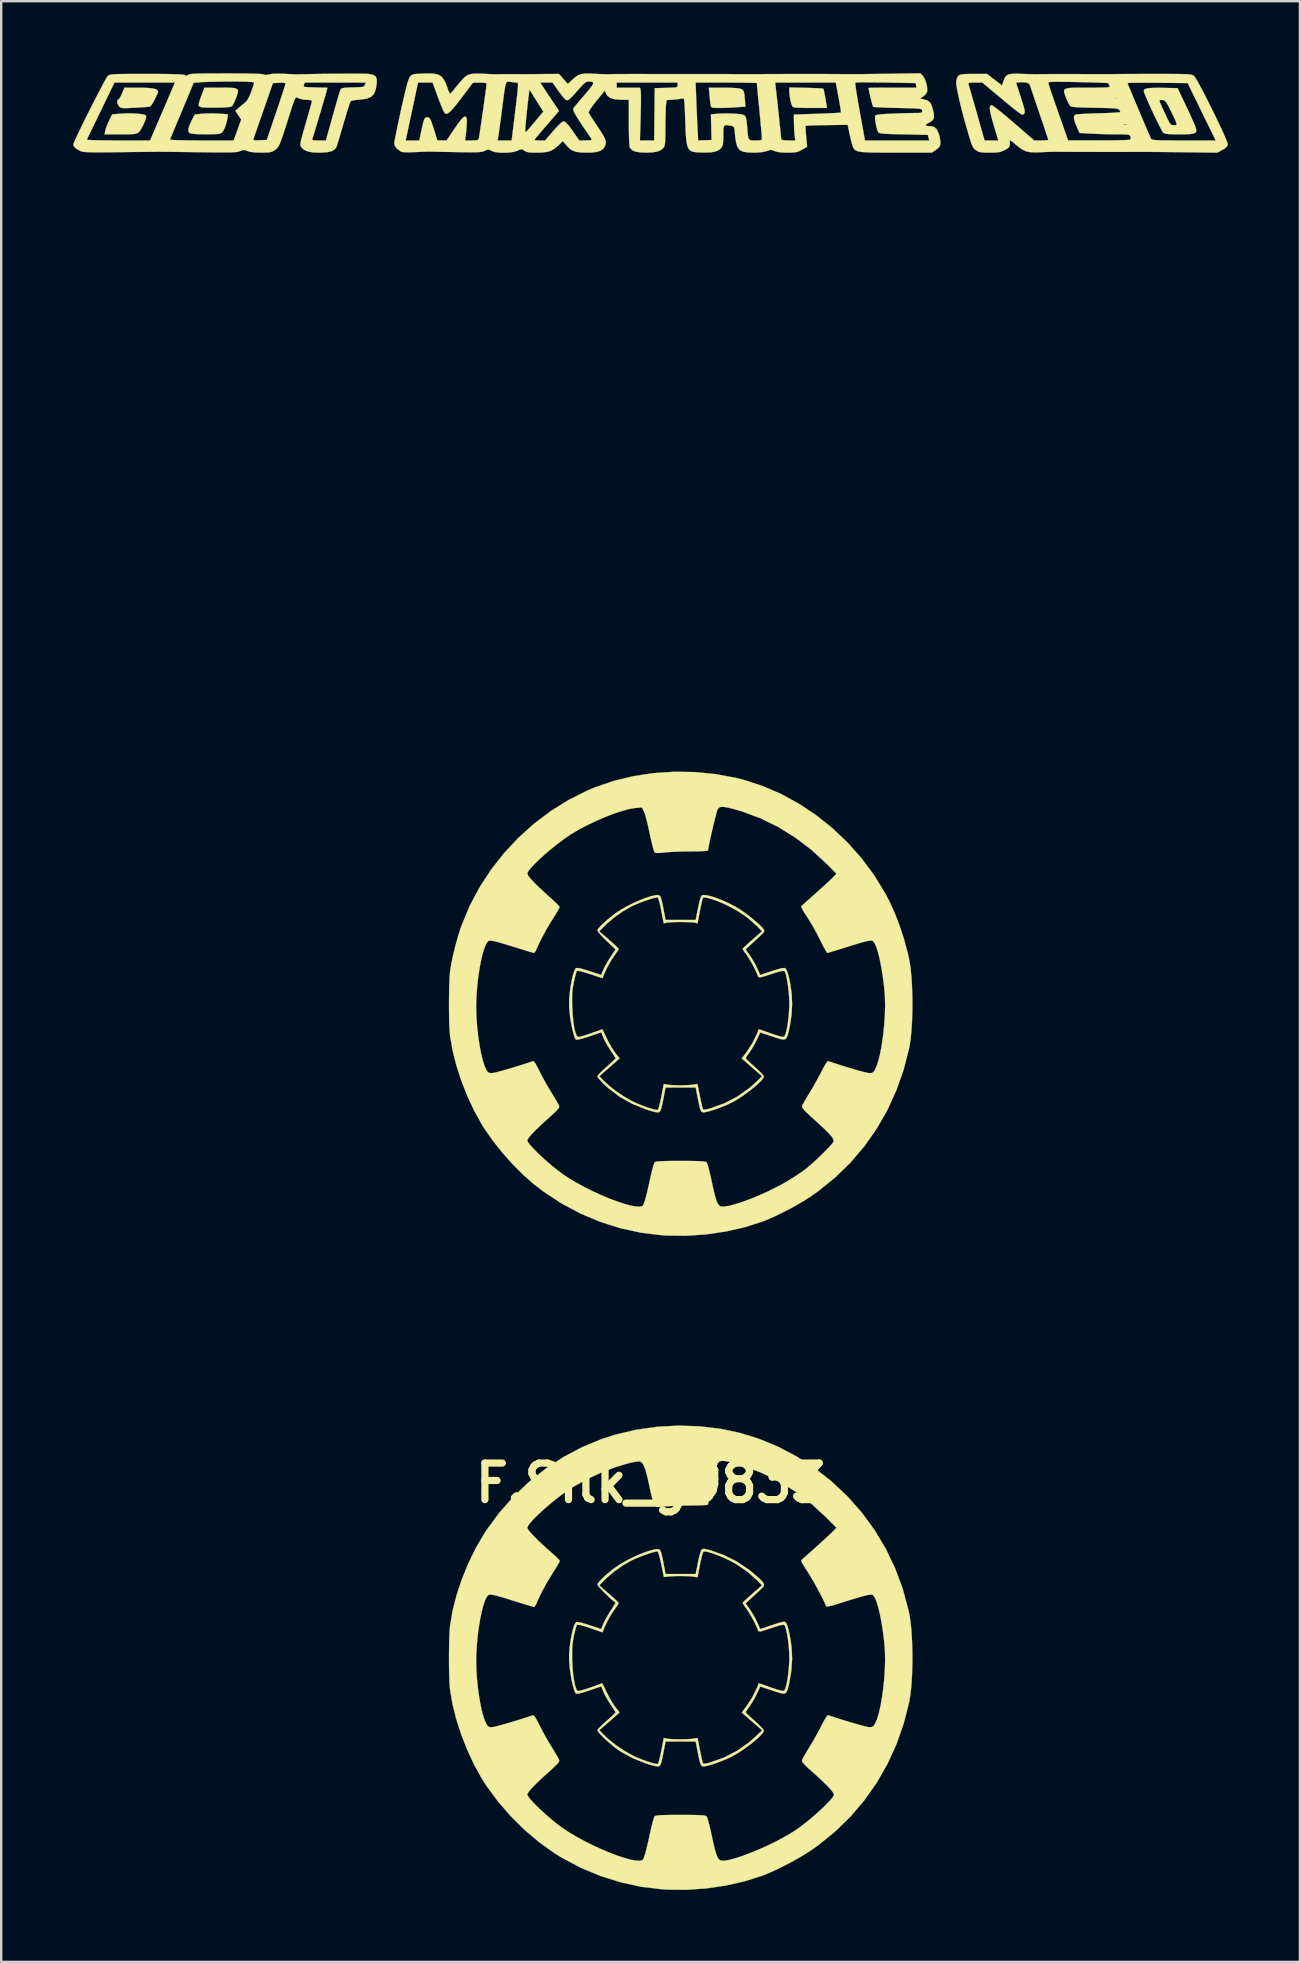
<source format=kicad_pcb>
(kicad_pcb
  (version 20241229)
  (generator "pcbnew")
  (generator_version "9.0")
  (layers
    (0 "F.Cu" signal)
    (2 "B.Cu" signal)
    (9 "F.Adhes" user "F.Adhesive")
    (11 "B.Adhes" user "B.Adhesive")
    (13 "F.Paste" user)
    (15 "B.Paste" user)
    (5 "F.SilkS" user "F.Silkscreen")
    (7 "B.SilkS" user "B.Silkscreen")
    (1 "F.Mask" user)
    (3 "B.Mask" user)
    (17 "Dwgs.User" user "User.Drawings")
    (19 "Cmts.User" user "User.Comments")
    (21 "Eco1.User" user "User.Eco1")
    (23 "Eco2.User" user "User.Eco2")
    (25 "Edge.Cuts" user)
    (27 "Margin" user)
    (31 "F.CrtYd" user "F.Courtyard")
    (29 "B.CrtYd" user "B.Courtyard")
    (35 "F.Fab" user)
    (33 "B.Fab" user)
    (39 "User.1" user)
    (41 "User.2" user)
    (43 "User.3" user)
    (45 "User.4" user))
  (footprint "F.Silk_g9833"
    (layer "F.Cu")
    (at 24.093 58.769)
    (property "Reference" "F.Silk_g9833" (at 0 0 0) (layer "F.SilkS") (effects (font (size 1.524 1.524) (thickness 0.3))))
    (attr through_hole)
    (fp_poly (pts (xy 6.452 -58.158) (xy 6.687 -58.152) (xy 6.89 -58.144) (xy 7.048 -58.136) (xy 7.147 -58.126) (xy 7.172 -58.12) (xy 7.189 -58.082) (xy 7.211 -57.99) (xy 7.241 -57.836) (xy 7.28 -57.611) (xy 7.305 -57.457) (xy 7.328 -57.319) (xy 6.632 -57.319) (xy 6.356 -57.321) (xy 6.154 -57.327) (xy 6.016 -57.337) (xy 5.931 -57.353) (xy 5.89 -57.376) (xy 5.89 -57.376) (xy 5.852 -57.457) (xy 5.814 -57.594) (xy 5.782 -57.76) (xy 5.762 -57.927) (xy 5.757 -58.026) (xy 5.757 -58.172) (xy 6.452 -58.158)) (stroke (width 0.01) (type solid)) (fill yes) (layer "F.SilkS"))
    (fp_poly (pts (xy -21.637 -57.092) (xy -21.422 -57.081) (xy -21.243 -57.061) (xy -21.114 -57.032) (xy -21.053 -56.997) (xy -21.052 -56.993) (xy -21.055 -56.915) (xy -21.093 -56.79) (xy -21.155 -56.642) (xy -21.23 -56.495) (xy -21.306 -56.372) (xy -21.368 -56.302) (xy -21.417 -56.27) (xy -21.477 -56.247) (xy -21.563 -56.232) (xy -21.69 -56.224) (xy -21.872 -56.22) (xy -22.125 -56.219) (xy -22.13 -56.219) (xy -22.785 -56.219) (xy -22.756 -56.372) (xy -22.722 -56.491) (xy -22.661 -56.647) (xy -22.597 -56.789) (xy -22.467 -57.054) (xy -22.108 -57.081) (xy -21.871 -57.093) (xy -21.637 -57.092)) (stroke (width 0.01) (type solid)) (fill yes) (layer "F.SilkS"))
    (fp_poly (pts (xy -18.093 -57.086) (xy -18.04 -57.083) (xy -17.643 -57.057) (xy -17.663 -56.881) (xy -17.693 -56.737) (xy -17.745 -56.569) (xy -17.777 -56.488) (xy -17.843 -56.355) (xy -17.906 -56.282) (xy -17.986 -56.248) (xy -18 -56.244) (xy -18.114 -56.231) (xy -18.279 -56.223) (xy -18.476 -56.22) (xy -18.684 -56.221) (xy -18.884 -56.227) (xy -19.056 -56.237) (xy -19.18 -56.251) (xy -19.23 -56.264) (xy -19.287 -56.325) (xy -19.296 -56.422) (xy -19.257 -56.565) (xy -19.168 -56.764) (xy -19.165 -56.769) (xy -19.029 -57.044) (xy -18.733 -57.077) (xy -18.547 -57.089) (xy -18.32 -57.092) (xy -18.093 -57.086)) (stroke (width 0.01) (type solid)) (fill yes) (layer "F.SilkS"))
    (fp_poly (pts (xy 3.222 -58.163) (xy 3.429 -58.154) (xy 3.597 -58.14) (xy 3.705 -58.124) (xy 3.719 -58.119) (xy 3.791 -58.088) (xy 3.839 -58.044) (xy 3.87 -57.968) (xy 3.89 -57.844) (xy 3.907 -57.654) (xy 3.909 -57.632) (xy 3.928 -57.374) (xy 3.545 -57.347) (xy 3.319 -57.333) (xy 3.076 -57.324) (xy 2.861 -57.319) (xy 2.834 -57.319) (xy 2.669 -57.321) (xy 2.569 -57.33) (xy 2.516 -57.351) (xy 2.491 -57.39) (xy 2.484 -57.415) (xy 2.47 -57.502) (xy 2.452 -57.645) (xy 2.435 -57.815) (xy 2.432 -57.838) (xy 2.403 -58.166) (xy 2.994 -58.166) (xy 3.222 -58.163)) (stroke (width 0.01) (type solid)) (fill yes) (layer "F.SilkS"))
    (fp_poly (pts (xy -17.688 -58.165) (xy -17.48 -58.158) (xy -17.34 -58.139) (xy -17.257 -58.103) (xy -17.223 -58.045) (xy -17.229 -57.959) (xy -17.266 -57.839) (xy -17.298 -57.752) (xy -17.36 -57.601) (xy -17.42 -57.476) (xy -17.466 -57.405) (xy -17.467 -57.404) (xy -17.513 -57.376) (xy -17.599 -57.357) (xy -17.735 -57.344) (xy -17.936 -57.336) (xy -18.088 -57.334) (xy -18.306 -57.333) (xy -18.5 -57.335) (xy -18.651 -57.339) (xy -18.739 -57.346) (xy -18.746 -57.348) (xy -18.831 -57.385) (xy -18.865 -57.423) (xy -18.86 -57.486) (xy -18.829 -57.605) (xy -18.777 -57.758) (xy -18.753 -57.822) (xy -18.621 -58.166) (xy -17.97 -58.166) (xy -17.688 -58.165)) (stroke (width 0.01) (type solid)) (fill yes) (layer "F.SilkS"))
    (fp_poly (pts (xy -21.087 -58.16) (xy -20.846 -58.143) (xy -20.68 -58.112) (xy -20.584 -58.067) (xy -20.553 -58.006) (xy -20.558 -57.979) (xy -20.602 -57.864) (xy -20.668 -57.725) (xy -20.742 -57.585) (xy -20.813 -57.466) (xy -20.868 -57.393) (xy -20.884 -57.38) (xy -20.944 -57.37) (xy -21.071 -57.358) (xy -21.249 -57.345) (xy -21.459 -57.332) (xy -21.519 -57.329) (xy -21.751 -57.317) (xy -21.914 -57.311) (xy -22.023 -57.314) (xy -22.092 -57.325) (xy -22.137 -57.347) (xy -22.173 -57.381) (xy -22.184 -57.394) (xy -22.25 -57.502) (xy -22.263 -57.601) (xy -22.221 -57.666) (xy -22.209 -57.671) (xy -22.163 -57.72) (xy -22.102 -57.824) (xy -22.053 -57.93) (xy -21.955 -58.166) (xy -21.407 -58.166) (xy -21.087 -58.16)) (stroke (width 0.01) (type solid)) (fill yes) (layer "F.SilkS"))
    (fp_poly (pts (xy 21.321 -58.157) (xy 21.942 -58.145) (xy 22.294 -57.404) (xy 22.408 -57.162) (xy 22.512 -56.935) (xy 22.599 -56.739) (xy 22.664 -56.588) (xy 22.698 -56.499) (xy 22.722 -56.4) (xy 22.717 -56.327) (xy 22.673 -56.277) (xy 22.58 -56.245) (xy 22.428 -56.227) (xy 22.208 -56.22) (xy 22.015 -56.219) (xy 21.759 -56.221) (xy 21.575 -56.229) (xy 21.45 -56.245) (xy 21.373 -56.268) (xy 21.351 -56.28) (xy 21.314 -56.332) (xy 21.249 -56.448) (xy 21.163 -56.613) (xy 21.064 -56.814) (xy 20.958 -57.036) (xy 20.85 -57.266) (xy 20.749 -57.489) (xy 20.687 -57.629) (xy 21.186 -57.629) (xy 21.209 -57.553) (xy 21.212 -57.544) (xy 21.249 -57.457) (xy 21.312 -57.315) (xy 21.391 -57.14) (xy 21.451 -57.012) (xy 21.538 -56.83) (xy 21.6 -56.711) (xy 21.65 -56.643) (xy 21.696 -56.61) (xy 21.751 -56.6) (xy 21.785 -56.6) (xy 21.878 -56.605) (xy 21.905 -56.635) (xy 21.885 -56.712) (xy 21.884 -56.716) (xy 21.848 -56.803) (xy 21.784 -56.942) (xy 21.702 -57.114) (xy 21.642 -57.235) (xy 21.551 -57.415) (xy 21.484 -57.532) (xy 21.431 -57.601) (xy 21.379 -57.635) (xy 21.318 -57.649) (xy 21.304 -57.65) (xy 21.212 -57.655) (xy 21.186 -57.629) (xy 20.687 -57.629) (xy 20.66 -57.692) (xy 20.589 -57.86) (xy 20.545 -57.979) (xy 20.532 -58.032) (xy 20.552 -58.083) (xy 20.617 -58.12) (xy 20.737 -58.144) (xy 20.92 -58.156) (xy 21.174 -58.159) (xy 21.321 -58.157)) (stroke (width 0.01) (type solid)) (fill yes) (layer "F.SilkS"))
    (fp_poly (pts (xy -17.254 -58.757) (xy -16.871 -58.754) (xy -16.57 -58.748) (xy -16.349 -58.739) (xy -16.208 -58.728) (xy -16.145 -58.715) (xy -16.143 -58.713) (xy -16.078 -58.69) (xy -15.96 -58.709) (xy -15.931 -58.717) (xy -15.777 -58.743) (xy -15.546 -58.75) (xy -15.302 -58.742) (xy -15.104 -58.732) (xy -14.931 -58.725) (xy -14.805 -58.72) (xy -14.753 -58.72) (xy -14.43 -58.727) (xy -14.083 -58.734) (xy -13.723 -58.739) (xy -13.362 -58.743) (xy -13.012 -58.746) (xy -12.683 -58.748) (xy -12.388 -58.748) (xy -12.137 -58.747) (xy -11.942 -58.744) (xy -11.815 -58.74) (xy -11.779 -58.737) (xy -11.601 -58.703) (xy -11.493 -58.643) (xy -11.443 -58.541) (xy -11.438 -58.381) (xy -11.442 -58.332) (xy -11.482 -58.082) (xy -11.559 -57.901) (xy -11.684 -57.779) (xy -11.865 -57.705) (xy -12.116 -57.669) (xy -12.147 -57.667) (xy -12.312 -57.652) (xy -12.444 -57.629) (xy -12.521 -57.603) (xy -12.529 -57.597) (xy -12.552 -57.543) (xy -12.595 -57.42) (xy -12.653 -57.241) (xy -12.721 -57.019) (xy -12.796 -56.767) (xy -12.821 -56.682) (xy -12.898 -56.417) (xy -12.97 -56.173) (xy -13.033 -55.965) (xy -13.082 -55.807) (xy -13.113 -55.711) (xy -13.118 -55.698) (xy -13.19 -55.593) (xy -13.314 -55.52) (xy -13.499 -55.476) (xy -13.755 -55.458) (xy -13.846 -55.457) (xy -14.125 -55.47) (xy -14.335 -55.511) (xy -14.487 -55.585) (xy -14.591 -55.694) (xy -14.591 -55.695) (xy -14.611 -55.732) (xy -14.621 -55.778) (xy -14.618 -55.844) (xy -14.601 -55.941) (xy -14.567 -56.08) (xy -14.515 -56.272) (xy -14.441 -56.529) (xy -14.398 -56.68) (xy -14.322 -56.942) (xy -14.255 -57.178) (xy -14.2 -57.374) (xy -14.161 -57.519) (xy -14.141 -57.601) (xy -14.139 -57.613) (xy -14.178 -57.64) (xy -14.281 -57.656) (xy -14.353 -57.658) (xy -14.507 -57.671) (xy -14.648 -57.704) (xy -14.692 -57.723) (xy -14.734 -57.746) (xy -14.768 -57.761) (xy -14.798 -57.759) (xy -14.827 -57.731) (xy -14.86 -57.67) (xy -14.901 -57.567) (xy -14.954 -57.414) (xy -15.023 -57.202) (xy -15.112 -56.923) (xy -15.176 -56.723) (xy -15.278 -56.405) (xy -15.359 -56.158) (xy -15.425 -55.97) (xy -15.479 -55.832) (xy -15.528 -55.734) (xy -15.574 -55.664) (xy -15.623 -55.612) (xy -15.68 -55.568) (xy -15.701 -55.553) (xy -15.78 -55.507) (xy -15.866 -55.479) (xy -15.98 -55.463) (xy -16.145 -55.457) (xy -16.257 -55.457) (xy -16.535 -55.466) (xy -16.737 -55.495) (xy -16.829 -55.524) (xy -16.942 -55.564) (xy -17.026 -55.565) (xy -17.13 -55.527) (xy -17.141 -55.522) (xy -17.19 -55.504) (xy -17.253 -55.489) (xy -17.338 -55.478) (xy -17.455 -55.471) (xy -17.612 -55.467) (xy -17.82 -55.465) (xy -18.085 -55.466) (xy -18.418 -55.469) (xy -18.796 -55.474) (xy -19.202 -55.48) (xy -19.536 -55.484) (xy -19.813 -55.488) (xy -20.046 -55.491) (xy -20.248 -55.492) (xy -20.433 -55.493) (xy -20.614 -55.493) (xy -20.805 -55.492) (xy -21.019 -55.49) (xy -21.27 -55.487) (xy -21.571 -55.484) (xy -21.936 -55.479) (xy -22.119 -55.477) (xy -22.529 -55.472) (xy -22.863 -55.47) (xy -23.129 -55.469) (xy -23.337 -55.471) (xy -23.496 -55.476) (xy -23.613 -55.484) (xy -23.697 -55.496) (xy -23.758 -55.51) (xy -23.79 -55.523) (xy -23.961 -55.617) (xy -24.062 -55.717) (xy -24.088 -55.794) (xy -24.069 -55.853) (xy -24.016 -55.977) (xy -24.007 -55.996) (xy -23.526 -55.996) (xy -23.489 -55.989) (xy -23.378 -55.982) (xy -23.202 -55.975) (xy -22.971 -55.97) (xy -22.696 -55.967) (xy -22.385 -55.965) (xy -22.215 -55.965) (xy -20.887 -55.965) (xy -20.872 -55.999) (xy -20.059 -55.999) (xy -20.022 -55.991) (xy -19.91 -55.983) (xy -19.733 -55.976) (xy -19.502 -55.971) (xy -19.226 -55.967) (xy -18.915 -55.965) (xy -18.739 -55.965) (xy -17.405 -55.965) (xy -17.393 -55.997) (xy -16.582 -55.997) (xy -16.554 -55.976) (xy -16.477 -55.969) (xy -16.334 -55.972) (xy -16.312 -55.973) (xy -16.023 -55.986) (xy -15.635 -57.129) (xy -15.534 -57.425) (xy -15.444 -57.697) (xy -15.366 -57.934) (xy -15.304 -58.124) (xy -15.267 -58.242) (xy -14.486 -58.242) (xy -14.479 -58.215) (xy -14.44 -58.198) (xy -14.356 -58.187) (xy -14.212 -58.181) (xy -14.002 -58.175) (xy -13.496 -58.163) (xy -13.523 -58.048) (xy -13.543 -57.975) (xy -13.582 -57.836) (xy -13.638 -57.647) (xy -13.704 -57.422) (xy -13.777 -57.174) (xy -13.853 -56.919) (xy -13.927 -56.672) (xy -13.995 -56.445) (xy -14.053 -56.254) (xy -14.096 -56.113) (xy -14.121 -56.036) (xy -14.123 -56.03) (xy -14.124 -55.995) (xy -14.083 -55.975) (xy -13.986 -55.966) (xy -13.854 -55.965) (xy -13.56 -55.965) (xy -13.515 -56.123) (xy -13.49 -56.212) (xy -13.446 -56.366) (xy -13.388 -56.573) (xy -13.32 -56.817) (xy -13.246 -57.082) (xy -13.227 -57.15) (xy -13.153 -57.412) (xy -13.085 -57.649) (xy -13.026 -57.848) (xy -12.981 -57.996) (xy -12.952 -58.08) (xy -12.948 -58.091) (xy -12.918 -58.123) (xy -12.86 -58.146) (xy -12.758 -58.161) (xy -12.596 -58.17) (xy -12.439 -58.175) (xy -12.234 -58.181) (xy -12.097 -58.19) (xy -12.013 -58.204) (xy -11.966 -58.227) (xy -11.942 -58.263) (xy -11.934 -58.282) (xy -11.898 -58.378) (xy -14.438 -58.378) (xy -14.474 -58.282) (xy -14.486 -58.242) (xy -15.267 -58.242) (xy -15.262 -58.257) (xy -15.244 -58.323) (xy -15.243 -58.327) (xy -15.266 -58.358) (xy -15.346 -58.371) (xy -15.497 -58.369) (xy -15.503 -58.369) (xy -15.767 -58.356) (xy -16.158 -57.235) (xy -16.261 -56.94) (xy -16.356 -56.668) (xy -16.438 -56.432) (xy -16.505 -56.241) (xy -16.552 -56.106) (xy -16.575 -56.039) (xy -16.576 -56.037) (xy -16.582 -55.997) (xy -17.393 -55.997) (xy -17.322 -56.187) (xy -17.257 -56.364) (xy -17.19 -56.552) (xy -17.165 -56.622) (xy -17.089 -56.835) (xy -17.211 -57.019) (xy -17.332 -57.202) (xy -17.205 -57.314) (xy -17.081 -57.419) (xy -16.95 -57.524) (xy -16.941 -57.531) (xy -16.85 -57.624) (xy -16.768 -57.762) (xy -16.683 -57.963) (xy -16.678 -57.975) (xy -16.621 -58.136) (xy -16.577 -58.27) (xy -16.554 -58.354) (xy -16.552 -58.367) (xy -16.572 -58.385) (xy -16.635 -58.399) (xy -16.751 -58.409) (xy -16.926 -58.415) (xy -17.17 -58.419) (xy -17.491 -58.42) (xy -17.498 -58.42) (xy -17.796 -58.419) (xy -18.085 -58.415) (xy -18.349 -58.41) (xy -18.568 -58.403) (xy -18.726 -58.396) (xy -18.758 -58.393) (xy -19.071 -58.367) (xy -19.558 -57.2) (xy -19.681 -56.905) (xy -19.794 -56.635) (xy -19.892 -56.401) (xy -19.971 -56.211) (xy -20.027 -56.076) (xy -20.056 -56.006) (xy -20.059 -55.999) (xy -20.872 -55.999) (xy -20.428 -57.034) (xy -20.304 -57.322) (xy -20.189 -57.591) (xy -20.087 -57.829) (xy -20.003 -58.024) (xy -19.943 -58.165) (xy -19.911 -58.24) (xy -19.911 -58.24) (xy -19.853 -58.378) (xy -22.373 -58.378) (xy -22.942 -57.203) (xy -23.083 -56.911) (xy -23.213 -56.643) (xy -23.326 -56.409) (xy -23.418 -56.219) (xy -23.484 -56.081) (xy -23.521 -56.007) (xy -23.526 -55.996) (xy -24.007 -55.996) (xy -23.934 -56.155) (xy -23.829 -56.376) (xy -23.706 -56.63) (xy -23.57 -56.906) (xy -23.426 -57.193) (xy -23.28 -57.482) (xy -23.138 -57.761) (xy -23.003 -58.02) (xy -22.883 -58.249) (xy -22.781 -58.436) (xy -22.704 -58.572) (xy -22.656 -58.645) (xy -22.649 -58.653) (xy -22.621 -58.675) (xy -22.586 -58.693) (xy -22.536 -58.707) (xy -22.461 -58.718) (xy -22.354 -58.726) (xy -22.204 -58.731) (xy -22.005 -58.735) (xy -21.747 -58.737) (xy -21.422 -58.737) (xy -21.02 -58.737) (xy -20.593 -58.737) (xy -20.244 -58.735) (xy -19.967 -58.73) (xy -19.754 -58.724) (xy -19.599 -58.716) (xy -19.495 -58.705) (xy -19.437 -58.692) (xy -19.422 -58.684) (xy -19.359 -58.654) (xy -19.304 -58.695) (xy -19.281 -58.712) (xy -19.235 -58.725) (xy -19.159 -58.736) (xy -19.046 -58.745) (xy -18.886 -58.751) (xy -18.672 -58.755) (xy -18.396 -58.757) (xy -18.05 -58.758) (xy -17.72 -58.759) (xy -17.254 -58.757)) (stroke (width 0.01) (type solid)) (fill yes) (layer "F.SilkS"))
    (fp_poly (pts (xy 15.422 -58.741) (xy 15.473 -58.739) (xy 15.69 -58.731) (xy 15.893 -58.726) (xy 16.057 -58.724) (xy 16.15 -58.726) (xy 16.232 -58.729) (xy 16.387 -58.73) (xy 16.605 -58.731) (xy 16.874 -58.732) (xy 17.183 -58.732) (xy 17.522 -58.732) (xy 17.801 -58.731) (xy 18.155 -58.73) (xy 18.488 -58.729) (xy 18.79 -58.729) (xy 19.049 -58.729) (xy 19.254 -58.73) (xy 19.395 -58.731) (xy 19.452 -58.732) (xy 19.534 -58.733) (xy 19.69 -58.734) (xy 19.908 -58.735) (xy 20.176 -58.736) (xy 20.484 -58.737) (xy 20.821 -58.737) (xy 21.068 -58.737) (xy 21.457 -58.737) (xy 21.771 -58.736) (xy 22.018 -58.734) (xy 22.207 -58.73) (xy 22.347 -58.724) (xy 22.448 -58.715) (xy 22.518 -58.704) (xy 22.567 -58.688) (xy 22.603 -58.668) (xy 22.624 -58.653) (xy 22.672 -58.592) (xy 22.749 -58.467) (xy 22.85 -58.287) (xy 22.97 -58.064) (xy 23.104 -57.807) (xy 23.245 -57.529) (xy 23.39 -57.239) (xy 23.532 -56.949) (xy 23.666 -56.669) (xy 23.788 -56.409) (xy 23.891 -56.182) (xy 23.97 -55.996) (xy 24.02 -55.864) (xy 24.036 -55.796) (xy 24.036 -55.795) (xy 24.002 -55.713) (xy 23.911 -55.632) (xy 23.812 -55.573) (xy 23.601 -55.457) (xy 22.035 -55.476) (xy 21.672 -55.48) (xy 21.331 -55.483) (xy 21.023 -55.486) (xy 20.757 -55.488) (xy 20.544 -55.49) (xy 20.395 -55.49) (xy 20.32 -55.49) (xy 20.227 -55.489) (xy 20.064 -55.488) (xy 19.84 -55.487) (xy 19.57 -55.487) (xy 19.265 -55.487) (xy 18.936 -55.487) (xy 18.597 -55.487) (xy 18.259 -55.488) (xy 17.934 -55.489) (xy 17.634 -55.49) (xy 17.372 -55.491) (xy 17.159 -55.492) (xy 17.007 -55.494) (xy 16.933 -55.495) (xy 16.81 -55.495) (xy 16.63 -55.491) (xy 16.421 -55.483) (xy 16.279 -55.475) (xy 16.011 -55.465) (xy 15.805 -55.474) (xy 15.638 -55.509) (xy 15.489 -55.576) (xy 15.335 -55.681) (xy 15.215 -55.779) (xy 15.082 -55.89) (xy 15.001 -55.949) (xy 14.96 -55.963) (xy 14.947 -55.938) (xy 14.948 -55.915) (xy 14.95 -55.78) (xy 14.917 -55.689) (xy 14.83 -55.616) (xy 14.733 -55.563) (xy 14.621 -55.512) (xy 14.514 -55.48) (xy 14.384 -55.463) (xy 14.208 -55.457) (xy 14.105 -55.457) (xy 13.903 -55.459) (xy 13.765 -55.469) (xy 13.667 -55.489) (xy 13.588 -55.525) (xy 13.542 -55.553) (xy 13.48 -55.602) (xy 13.429 -55.661) (xy 13.383 -55.747) (xy 13.334 -55.877) (xy 13.274 -56.065) (xy 13.245 -56.163) (xy 13.135 -56.539) (xy 13.032 -56.909) (xy 12.94 -57.261) (xy 12.86 -57.586) (xy 12.795 -57.874) (xy 12.747 -58.114) (xy 12.719 -58.296) (xy 12.717 -58.341) (xy 13.22 -58.341) (xy 13.222 -58.316) (xy 13.24 -58.261) (xy 13.277 -58.135) (xy 13.331 -57.95) (xy 13.398 -57.716) (xy 13.476 -57.445) (xy 13.56 -57.148) (xy 13.571 -57.11) (xy 13.896 -55.965) (xy 14.468 -55.965) (xy 14.282 -56.589) (xy 14.199 -56.878) (xy 14.145 -57.096) (xy 14.118 -57.253) (xy 14.117 -57.356) (xy 14.142 -57.415) (xy 14.184 -57.437) (xy 14.233 -57.414) (xy 14.336 -57.341) (xy 14.485 -57.226) (xy 14.671 -57.076) (xy 14.885 -56.897) (xy 15.108 -56.707) (xy 15.964 -55.965) (xy 16.258 -55.965) (xy 16.404 -55.968) (xy 16.509 -55.977) (xy 16.552 -55.99) (xy 16.552 -55.991) (xy 16.539 -56.037) (xy 16.502 -56.151) (xy 16.445 -56.323) (xy 16.372 -56.542) (xy 16.286 -56.795) (xy 16.218 -56.996) (xy 16.121 -57.28) (xy 16.03 -57.548) (xy 15.949 -57.786) (xy 15.884 -57.98) (xy 15.839 -58.116) (xy 15.823 -58.166) (xy 15.778 -58.285) (xy 15.726 -58.346) (xy 15.657 -58.37) (xy 16.552 -58.37) (xy 16.565 -58.317) (xy 16.603 -58.195) (xy 16.663 -58.014) (xy 16.741 -57.785) (xy 16.832 -57.518) (xy 16.935 -57.223) (xy 16.964 -57.14) (xy 17.378 -55.966) (xy 18.648 -55.966) (xy 18.969 -55.967) (xy 19.263 -55.97) (xy 19.52 -55.974) (xy 19.728 -55.98) (xy 19.877 -55.987) (xy 19.956 -55.994) (xy 19.965 -55.997) (xy 19.992 -56.061) (xy 19.977 -56.123) (xy 19.958 -56.163) (xy 19.927 -56.19) (xy 19.868 -56.206) (xy 19.768 -56.215) (xy 19.61 -56.218) (xy 19.418 -56.219) (xy 19.144 -56.221) (xy 18.834 -56.229) (xy 18.533 -56.239) (xy 18.374 -56.247) (xy 17.854 -56.275) (xy 17.749 -56.511) (xy 17.708 -56.616) (xy 19.679 -56.616) (xy 19.735 -56.608) (xy 19.748 -56.608) (xy 19.821 -56.612) (xy 19.827 -56.626) (xy 19.823 -56.627) (xy 19.739 -56.636) (xy 19.696 -56.629) (xy 19.679 -56.616) (xy 17.708 -56.616) (xy 17.661 -56.733) (xy 17.622 -56.892) (xy 17.63 -56.994) (xy 17.68 -57.043) (xy 17.745 -57.053) (xy 17.88 -57.064) (xy 18.073 -57.076) (xy 18.308 -57.086) (xy 18.574 -57.095) (xy 18.658 -57.097) (xy 18.924 -57.105) (xy 19.159 -57.114) (xy 19.35 -57.125) (xy 19.485 -57.135) (xy 19.553 -57.145) (xy 19.558 -57.148) (xy 19.535 -57.201) (xy 19.505 -57.244) (xy 19.477 -57.267) (xy 19.427 -57.285) (xy 19.343 -57.298) (xy 19.215 -57.308) (xy 19.032 -57.316) (xy 18.785 -57.322) (xy 18.496 -57.327) (xy 18.159 -57.333) (xy 17.899 -57.341) (xy 17.708 -57.352) (xy 17.577 -57.365) (xy 17.499 -57.383) (xy 17.472 -57.397) (xy 17.424 -57.462) (xy 17.361 -57.583) (xy 17.302 -57.721) (xy 19.346 -57.721) (xy 19.367 -57.7) (xy 19.389 -57.721) (xy 19.367 -57.743) (xy 19.346 -57.721) (xy 17.302 -57.721) (xy 17.296 -57.734) (xy 17.289 -57.752) (xy 17.242 -57.878) (xy 17.214 -57.975) (xy 17.212 -58.048) (xy 17.246 -58.099) (xy 17.323 -58.133) (xy 17.452 -58.153) (xy 17.641 -58.163) (xy 17.898 -58.166) (xy 18.229 -58.166) (xy 18.526 -58.166) (xy 18.748 -58.168) (xy 18.907 -58.171) (xy 19.012 -58.178) (xy 19.074 -58.189) (xy 19.103 -58.205) (xy 19.109 -58.228) (xy 19.104 -58.254) (xy 19.065 -58.332) (xy 19.034 -58.356) (xy 19.854 -58.356) (xy 19.87 -58.313) (xy 19.914 -58.204) (xy 19.982 -58.041) (xy 20.067 -57.835) (xy 20.166 -57.599) (xy 20.274 -57.345) (xy 20.384 -57.083) (xy 20.493 -56.827) (xy 20.595 -56.588) (xy 20.685 -56.377) (xy 20.759 -56.207) (xy 20.811 -56.09) (xy 20.834 -56.039) (xy 20.851 -56.018) (xy 20.882 -56.002) (xy 20.936 -55.989) (xy 21.023 -55.979) (xy 21.15 -55.973) (xy 21.328 -55.968) (xy 21.565 -55.966) (xy 21.87 -55.965) (xy 22.202 -55.965) (xy 23.531 -55.965) (xy 22.946 -57.161) (xy 22.362 -58.356) (xy 21.108 -58.368) (xy 20.792 -58.37) (xy 20.505 -58.37) (xy 20.258 -58.369) (xy 20.061 -58.367) (xy 19.924 -58.363) (xy 19.859 -58.358) (xy 19.854 -58.356) (xy 19.034 -58.356) (xy 19.034 -58.357) (xy 18.981 -58.361) (xy 18.854 -58.367) (xy 18.665 -58.374) (xy 18.425 -58.382) (xy 18.144 -58.389) (xy 17.835 -58.397) (xy 17.769 -58.399) (xy 17.407 -58.406) (xy 17.121 -58.41) (xy 16.903 -58.411) (xy 16.746 -58.409) (xy 16.641 -58.402) (xy 16.579 -58.392) (xy 16.554 -58.377) (xy 16.552 -58.37) (xy 15.657 -58.37) (xy 15.641 -58.375) (xy 15.609 -58.381) (xy 15.467 -58.393) (xy 15.336 -58.388) (xy 15.333 -58.388) (xy 15.21 -58.37) (xy 15.394 -57.799) (xy 15.471 -57.559) (xy 15.524 -57.386) (xy 15.557 -57.266) (xy 15.571 -57.187) (xy 15.569 -57.134) (xy 15.554 -57.094) (xy 15.541 -57.072) (xy 15.518 -57.047) (xy 15.484 -57.042) (xy 15.433 -57.059) (xy 15.356 -57.105) (xy 15.246 -57.184) (xy 15.096 -57.302) (xy 14.899 -57.463) (xy 14.647 -57.672) (xy 14.555 -57.749) (xy 13.804 -58.378) (xy 13.502 -58.378) (xy 13.343 -58.375) (xy 13.254 -58.364) (xy 13.22 -58.341) (xy 12.717 -58.341) (xy 12.713 -58.409) (xy 12.715 -58.423) (xy 12.741 -58.543) (xy 12.776 -58.627) (xy 12.833 -58.683) (xy 12.927 -58.716) (xy 13.07 -58.732) (xy 13.277 -58.737) (xy 13.43 -58.737) (xy 13.998 -58.737) (xy 14.622 -58.257) (xy 14.69 -58.455) (xy 14.738 -58.573) (xy 14.797 -58.657) (xy 14.881 -58.71) (xy 15.003 -58.738) (xy 15.179 -58.747) (xy 15.422 -58.741)) (stroke (width 0.01) (type solid)) (fill yes) (layer "F.SilkS"))
    (fp_poly (pts (xy 2.322 -24.502) (xy 2.51 -24.456) (xy 2.735 -24.382) (xy 2.983 -24.284) (xy 3.241 -24.166) (xy 3.498 -24.033) (xy 3.609 -23.969) (xy 3.776 -23.861) (xy 3.966 -23.724) (xy 4.164 -23.572) (xy 4.352 -23.416) (xy 4.514 -23.272) (xy 4.635 -23.151) (xy 4.686 -23.087) (xy 4.713 -23.034) (xy 4.707 -22.984) (xy 4.657 -22.919) (xy 4.554 -22.82) (xy 4.542 -22.809) (xy 4.392 -22.669) (xy 4.227 -22.516) (xy 4.138 -22.434) (xy 3.936 -22.246) (xy 4.124 -21.979) (xy 4.238 -21.801) (xy 4.35 -21.602) (xy 4.427 -21.445) (xy 4.544 -21.177) (xy 5.029 -21.34) (xy 5.269 -21.416) (xy 5.439 -21.46) (xy 5.546 -21.473) (xy 5.585 -21.464) (xy 5.637 -21.398) (xy 5.692 -21.258) (xy 5.745 -21.058) (xy 5.795 -20.809) (xy 5.839 -20.524) (xy 5.855 -20.394) (xy 5.875 -19.975) (xy 5.85 -19.519) (xy 5.782 -19.061) (xy 5.733 -18.838) (xy 5.69 -18.676) (xy 5.649 -18.567) (xy 5.595 -18.506) (xy 5.512 -18.488) (xy 5.388 -18.509) (xy 5.208 -18.563) (xy 5.05 -18.616) (xy 4.546 -18.784) (xy 4.394 -18.462) (xy 4.3 -18.279) (xy 4.194 -18.097) (xy 4.098 -17.953) (xy 4.089 -17.941) (xy 4.008 -17.829) (xy 3.954 -17.743) (xy 3.941 -17.708) (xy 3.972 -17.669) (xy 4.055 -17.586) (xy 4.177 -17.472) (xy 4.322 -17.343) (xy 4.47 -17.209) (xy 4.59 -17.089) (xy 4.671 -16.997) (xy 4.699 -16.948) (xy 4.665 -16.869) (xy 4.57 -16.756) (xy 4.426 -16.617) (xy 4.246 -16.463) (xy 4.04 -16.302) (xy 3.82 -16.145) (xy 3.598 -16) (xy 3.387 -15.877) (xy 3.332 -15.849) (xy 3.149 -15.763) (xy 2.937 -15.676) (xy 2.716 -15.595) (xy 2.507 -15.526) (xy 2.33 -15.476) (xy 2.205 -15.453) (xy 2.186 -15.452) (xy 2.137 -15.456) (xy 2.099 -15.478) (xy 2.066 -15.529) (xy 2.034 -15.621) (xy 1.999 -15.765) (xy 1.956 -15.974) (xy 1.925 -16.129) (xy 1.855 -16.489) (xy 0.6 -16.489) (xy 0.53 -16.129) (xy 0.48 -15.877) (xy 0.441 -15.697) (xy 0.408 -15.577) (xy 0.376 -15.504) (xy 0.341 -15.467) (xy 0.298 -15.454) (xy 0.263 -15.453) (xy 0.172 -15.466) (xy 0.027 -15.502) (xy -0.147 -15.554) (xy -0.221 -15.579) (xy -0.79 -15.809) (xy -1.303 -16.097) (xy -1.771 -16.45) (xy -1.971 -16.633) (xy -2.093 -16.757) (xy -2.186 -16.864) (xy -2.238 -16.937) (xy -2.244 -16.955) (xy -2.213 -17.004) (xy -2.131 -17.095) (xy -2.009 -17.214) (xy -1.866 -17.343) (xy -1.719 -17.475) (xy -1.598 -17.586) (xy -1.516 -17.666) (xy -1.485 -17.703) (xy -1.506 -17.748) (xy -1.565 -17.845) (xy -1.65 -17.975) (xy -1.689 -18.032) (xy -1.8 -18.205) (xy -1.904 -18.386) (xy -1.98 -18.541) (xy -1.988 -18.56) (xy -2.081 -18.788) (xy -2.589 -18.618) (xy -2.836 -18.539) (xy -3.009 -18.494) (xy -3.111 -18.482) (xy -3.141 -18.491) (xy -3.185 -18.57) (xy -3.234 -18.717) (xy -3.284 -18.913) (xy -3.332 -19.142) (xy -3.372 -19.387) (xy -3.394 -19.558) (xy -3.42 -19.877) (xy -3.418 -20.121) (xy -3.296 -20.121) (xy -3.29 -19.846) (xy -3.29 -19.833) (xy -3.272 -19.5) (xy -3.242 -19.205) (xy -3.202 -18.958) (xy -3.154 -18.767) (xy -3.099 -18.642) (xy -3.042 -18.593) (xy -2.979 -18.602) (xy -2.854 -18.635) (xy -2.686 -18.687) (xy -2.506 -18.749) (xy -2.035 -18.917) (xy -1.849 -18.528) (xy -1.748 -18.332) (xy -1.636 -18.136) (xy -1.529 -17.974) (xy -1.49 -17.921) (xy -1.316 -17.702) (xy -1.738 -17.331) (xy -2.161 -16.96) (xy -1.98 -16.772) (xy -1.744 -16.554) (xy -1.454 -16.328) (xy -1.139 -16.116) (xy -0.826 -15.937) (xy -0.744 -15.896) (xy -0.551 -15.808) (xy -0.342 -15.725) (xy -0.138 -15.651) (xy 0.045 -15.594) (xy 0.188 -15.559) (xy 0.272 -15.553) (xy 0.275 -15.554) (xy 0.298 -15.597) (xy 0.332 -15.708) (xy 0.373 -15.87) (xy 0.415 -16.067) (xy 0.421 -16.101) (xy 0.525 -16.638) (xy 0.675 -16.61) (xy 0.825 -16.592) (xy 1.03 -16.582) (xy 1.259 -16.58) (xy 1.483 -16.586) (xy 1.671 -16.599) (xy 1.737 -16.608) (xy 1.929 -16.639) (xy 2.03 -16.132) (xy 2.071 -15.933) (xy 2.109 -15.762) (xy 2.139 -15.639) (xy 2.157 -15.581) (xy 2.158 -15.581) (xy 2.216 -15.566) (xy 2.348 -15.587) (xy 2.457 -15.616) (xy 3.04 -15.825) (xy 3.581 -16.105) (xy 4.075 -16.452) (xy 4.332 -16.679) (xy 4.625 -16.958) (xy 4.199 -17.328) (xy 3.774 -17.699) (xy 3.977 -17.967) (xy 4.211 -18.325) (xy 4.405 -18.717) (xy 4.444 -18.814) (xy 4.484 -18.921) (xy 4.992 -18.743) (xy 5.228 -18.663) (xy 5.393 -18.616) (xy 5.497 -18.599) (xy 5.546 -18.61) (xy 5.546 -18.61) (xy 5.59 -18.693) (xy 5.634 -18.845) (xy 5.675 -19.048) (xy 5.71 -19.286) (xy 5.737 -19.542) (xy 5.754 -19.801) (xy 5.758 -19.981) (xy 5.751 -20.224) (xy 5.732 -20.48) (xy 5.703 -20.73) (xy 5.668 -20.96) (xy 5.627 -21.151) (xy 5.585 -21.288) (xy 5.551 -21.347) (xy 5.492 -21.353) (xy 5.359 -21.326) (xy 5.16 -21.269) (xy 4.997 -21.216) (xy 4.784 -21.146) (xy 4.638 -21.102) (xy 4.545 -21.081) (xy 4.492 -21.082) (xy 4.466 -21.1) (xy 4.458 -21.116) (xy 4.387 -21.291) (xy 4.284 -21.504) (xy 4.165 -21.722) (xy 4.048 -21.916) (xy 3.982 -22.01) (xy 3.896 -22.13) (xy 3.834 -22.221) (xy 3.81 -22.266) (xy 3.81 -22.266) (xy 3.84 -22.302) (xy 3.922 -22.382) (xy 4.044 -22.495) (xy 4.194 -22.628) (xy 4.215 -22.646) (xy 4.619 -23) (xy 4.416 -23.21) (xy 4.032 -23.555) (xy 3.588 -23.857) (xy 3.196 -24.068) (xy 2.958 -24.178) (xy 2.727 -24.271) (xy 2.518 -24.343) (xy 2.345 -24.392) (xy 2.22 -24.411) (xy 2.158 -24.397) (xy 2.139 -24.344) (xy 2.109 -24.226) (xy 2.072 -24.058) (xy 2.032 -23.859) (xy 2.029 -23.845) (xy 1.931 -23.328) (xy 1.823 -23.359) (xy 1.729 -23.372) (xy 1.573 -23.381) (xy 1.378 -23.386) (xy 1.166 -23.387) (xy 0.961 -23.383) (xy 0.786 -23.375) (xy 0.662 -23.363) (xy 0.632 -23.357) (xy 0.523 -23.328) (xy 0.422 -23.861) (xy 0.381 -24.063) (xy 0.339 -24.233) (xy 0.302 -24.354) (xy 0.274 -24.411) (xy 0.271 -24.413) (xy 0.204 -24.409) (xy 0.078 -24.378) (xy -0.091 -24.327) (xy -0.283 -24.261) (xy -0.481 -24.186) (xy -0.667 -24.109) (xy -0.814 -24.041) (xy -1.17 -23.838) (xy -1.519 -23.596) (xy -1.828 -23.337) (xy -1.918 -23.249) (xy -2.165 -23) (xy -1.76 -22.649) (xy -1.607 -22.513) (xy -1.48 -22.396) (xy -1.392 -22.309) (xy -1.355 -22.264) (xy -1.355 -22.262) (xy -1.379 -22.213) (xy -1.441 -22.117) (xy -1.523 -22.004) (xy -1.666 -21.792) (xy -1.81 -21.537) (xy -1.935 -21.279) (xy -1.985 -21.159) (xy -2.028 -21.045) (xy -2.542 -21.216) (xy -2.783 -21.293) (xy -2.96 -21.339) (xy -3.066 -21.354) (xy -3.096 -21.347) (xy -3.121 -21.291) (xy -3.157 -21.17) (xy -3.197 -21.007) (xy -3.223 -20.887) (xy -3.259 -20.696) (xy -3.283 -20.521) (xy -3.294 -20.337) (xy -3.296 -20.121) (xy -3.418 -20.121) (xy -3.418 -20.164) (xy -3.398 -20.405) (xy -3.358 -20.701) (xy -3.31 -20.965) (xy -3.257 -21.185) (xy -3.203 -21.35) (xy -3.15 -21.447) (xy -3.13 -21.464) (xy -3.062 -21.472) (xy -2.936 -21.449) (xy -2.744 -21.395) (xy -2.572 -21.34) (xy -2.086 -21.176) (xy -1.994 -21.398) (xy -1.925 -21.541) (xy -1.826 -21.719) (xy -1.716 -21.898) (xy -1.693 -21.933) (xy -1.484 -22.246) (xy -1.865 -22.606) (xy -2.011 -22.75) (xy -2.131 -22.878) (xy -2.213 -22.977) (xy -2.245 -23.034) (xy -2.245 -23.036) (xy -2.212 -23.101) (xy -2.123 -23.205) (xy -1.988 -23.338) (xy -1.821 -23.486) (xy -1.633 -23.64) (xy -1.503 -23.74) (xy -1.288 -23.883) (xy -1.036 -24.028) (xy -0.763 -24.166) (xy -0.486 -24.291) (xy -0.222 -24.394) (xy 0.013 -24.469) (xy 0.2 -24.507) (xy 0.258 -24.511) (xy 0.311 -24.507) (xy 0.352 -24.488) (xy 0.386 -24.442) (xy 0.418 -24.356) (xy 0.452 -24.22) (xy 0.494 -24.02) (xy 0.53 -23.834) (xy 0.6 -23.474) (xy 1.856 -23.474) (xy 1.95 -23.953) (xy 1.992 -24.149) (xy 2.036 -24.317) (xy 2.075 -24.438) (xy 2.102 -24.49) (xy 2.181 -24.515) (xy 2.322 -24.502)) (stroke (width 0.01) (type solid)) (fill yes) (layer "F.SilkS"))
    (fp_poly (pts (xy 2.319 2.761) (xy 2.466 2.8) (xy 3.013 2.992) (xy 3.546 3.258) (xy 4.048 3.59) (xy 4.393 3.874) (xy 4.554 4.023) (xy 4.655 4.131) (xy 4.701 4.213) (xy 4.695 4.284) (xy 4.64 4.359) (xy 4.542 4.453) (xy 4.394 4.589) (xy 4.23 4.741) (xy 4.139 4.826) (xy 3.936 5.016) (xy 4.124 5.283) (xy 4.238 5.461) (xy 4.35 5.66) (xy 4.427 5.818) (xy 4.544 6.085) (xy 5.049 5.916) (xy 5.264 5.846) (xy 5.414 5.802) (xy 5.512 5.782) (xy 5.572 5.784) (xy 5.607 5.804) (xy 5.608 5.805) (xy 5.657 5.894) (xy 5.708 6.052) (xy 5.759 6.266) (xy 5.807 6.521) (xy 5.846 6.802) (xy 5.852 6.847) (xy 5.875 7.318) (xy 5.842 7.819) (xy 5.758 8.317) (xy 5.733 8.424) (xy 5.69 8.586) (xy 5.649 8.696) (xy 5.595 8.757) (xy 5.512 8.775) (xy 5.388 8.754) (xy 5.208 8.699) (xy 5.05 8.647) (xy 4.546 8.478) (xy 4.394 8.801) (xy 4.3 8.984) (xy 4.194 9.165) (xy 4.098 9.31) (xy 4.089 9.321) (xy 4.008 9.433) (xy 3.954 9.519) (xy 3.941 9.554) (xy 3.972 9.594) (xy 4.055 9.677) (xy 4.177 9.79) (xy 4.322 9.919) (xy 4.47 10.054) (xy 4.59 10.174) (xy 4.671 10.265) (xy 4.699 10.314) (xy 4.665 10.393) (xy 4.57 10.507) (xy 4.426 10.646) (xy 4.246 10.8) (xy 4.04 10.961) (xy 3.82 11.118) (xy 3.598 11.263) (xy 3.387 11.386) (xy 3.332 11.414) (xy 3.149 11.499) (xy 2.937 11.586) (xy 2.716 11.668) (xy 2.507 11.737) (xy 2.33 11.787) (xy 2.205 11.81) (xy 2.186 11.811) (xy 2.137 11.806) (xy 2.099 11.785) (xy 2.066 11.734) (xy 2.034 11.642) (xy 1.999 11.497) (xy 1.956 11.288) (xy 1.925 11.134) (xy 1.855 10.774) (xy 0.6 10.774) (xy 0.53 11.134) (xy 0.48 11.385) (xy 0.441 11.565) (xy 0.408 11.686) (xy 0.376 11.759) (xy 0.341 11.796) (xy 0.298 11.809) (xy 0.263 11.81) (xy 0.172 11.796) (xy 0.027 11.76) (xy -0.147 11.709) (xy -0.222 11.684) (xy -0.754 11.472) (xy -1.235 11.211) (xy -1.376 11.12) (xy -1.512 11.02) (xy -1.667 10.894) (xy -1.826 10.754) (xy -1.977 10.613) (xy -2.106 10.484) (xy -2.199 10.379) (xy -2.242 10.312) (xy -2.244 10.304) (xy -2.213 10.256) (xy -2.131 10.167) (xy -2.01 10.049) (xy -1.866 9.919) (xy -1.719 9.788) (xy -1.598 9.676) (xy -1.516 9.596) (xy -1.485 9.56) (xy -1.506 9.515) (xy -1.565 9.418) (xy -1.65 9.287) (xy -1.689 9.231) (xy -1.8 9.058) (xy -1.904 8.876) (xy -1.98 8.722) (xy -1.988 8.703) (xy -2.081 8.475) (xy -2.589 8.645) (xy -2.836 8.724) (xy -3.009 8.769) (xy -3.111 8.781) (xy -3.141 8.772) (xy -3.185 8.692) (xy -3.234 8.546) (xy -3.284 8.35) (xy -3.332 8.121) (xy -3.372 7.876) (xy -3.394 7.705) (xy -3.42 7.386) (xy -3.419 7.196) (xy -3.296 7.196) (xy -3.292 7.408) (xy -3.276 7.716) (xy -3.249 8) (xy -3.212 8.248) (xy -3.168 8.45) (xy -3.119 8.592) (xy -3.067 8.663) (xy -3.06 8.667) (xy -3 8.662) (xy -2.878 8.632) (xy -2.712 8.582) (xy -2.52 8.517) (xy -2.519 8.516) (xy -2.035 8.344) (xy -1.85 8.733) (xy -1.749 8.93) (xy -1.636 9.126) (xy -1.53 9.289) (xy -1.49 9.342) (xy -1.315 9.561) (xy -2.164 10.3) (xy -1.981 10.489) (xy -1.743 10.709) (xy -1.452 10.936) (xy -1.135 11.149) (xy -0.821 11.329) (xy -0.744 11.367) (xy -0.551 11.454) (xy -0.342 11.538) (xy -0.138 11.611) (xy 0.045 11.668) (xy 0.188 11.703) (xy 0.272 11.71) (xy 0.275 11.709) (xy 0.298 11.666) (xy 0.332 11.555) (xy 0.373 11.393) (xy 0.415 11.195) (xy 0.421 11.162) (xy 0.525 10.625) (xy 0.675 10.653) (xy 0.826 10.671) (xy 1.031 10.68) (xy 1.261 10.682) (xy 1.486 10.676) (xy 1.675 10.663) (xy 1.74 10.654) (xy 1.934 10.622) (xy 2.033 11.132) (xy 2.074 11.332) (xy 2.111 11.502) (xy 2.14 11.625) (xy 2.158 11.683) (xy 2.159 11.683) (xy 2.214 11.696) (xy 2.338 11.678) (xy 2.457 11.647) (xy 3.04 11.438) (xy 3.581 11.158) (xy 4.075 10.81) (xy 4.332 10.584) (xy 4.625 10.305) (xy 4.199 9.934) (xy 3.774 9.564) (xy 3.977 9.295) (xy 4.211 8.938) (xy 4.405 8.546) (xy 4.444 8.449) (xy 4.484 8.342) (xy 4.992 8.52) (xy 5.228 8.599) (xy 5.393 8.646) (xy 5.497 8.664) (xy 5.546 8.653) (xy 5.546 8.652) (xy 5.59 8.569) (xy 5.634 8.418) (xy 5.675 8.215) (xy 5.71 7.977) (xy 5.737 7.72) (xy 5.754 7.461) (xy 5.758 7.281) (xy 5.751 7.035) (xy 5.732 6.778) (xy 5.703 6.526) (xy 5.666 6.297) (xy 5.625 6.106) (xy 5.582 5.97) (xy 5.549 5.913) (xy 5.489 5.906) (xy 5.357 5.932) (xy 5.152 5.993) (xy 4.995 6.045) (xy 4.783 6.117) (xy 4.638 6.162) (xy 4.545 6.183) (xy 4.493 6.183) (xy 4.466 6.164) (xy 4.459 6.148) (xy 4.387 5.971) (xy 4.283 5.758) (xy 4.164 5.538) (xy 4.046 5.344) (xy 3.982 5.252) (xy 3.895 5.133) (xy 3.834 5.04) (xy 3.81 4.994) (xy 3.84 4.957) (xy 3.923 4.876) (xy 4.045 4.764) (xy 4.196 4.631) (xy 4.215 4.614) (xy 4.62 4.263) (xy 4.416 4.053) (xy 4.009 3.691) (xy 3.535 3.371) (xy 3.249 3.216) (xy 3.03 3.113) (xy 2.806 3.02) (xy 2.594 2.941) (xy 2.409 2.883) (xy 2.267 2.85) (xy 2.185 2.85) (xy 2.185 2.85) (xy 2.158 2.897) (xy 2.122 3.01) (xy 2.081 3.175) (xy 2.039 3.373) (xy 2.034 3.399) (xy 1.933 3.929) (xy 1.782 3.901) (xy 1.648 3.887) (xy 1.457 3.877) (xy 1.235 3.874) (xy 1.01 3.877) (xy 0.809 3.886) (xy 0.72 3.894) (xy 0.529 3.915) (xy 0.422 3.389) (xy 0.377 3.189) (xy 0.334 3.021) (xy 0.296 2.903) (xy 0.268 2.849) (xy 0.266 2.847) (xy 0.2 2.853) (xy 0.073 2.885) (xy -0.094 2.937) (xy -0.286 3.003) (xy -0.482 3.077) (xy -0.666 3.153) (xy -0.814 3.222) (xy -1.17 3.424) (xy -1.519 3.667) (xy -1.828 3.926) (xy -1.918 4.014) (xy -2.165 4.263) (xy -1.76 4.614) (xy -1.607 4.749) (xy -1.48 4.867) (xy -1.392 4.953) (xy -1.355 4.999) (xy -1.355 5.001) (xy -1.379 5.05) (xy -1.441 5.145) (xy -1.523 5.259) (xy -1.666 5.471) (xy -1.811 5.726) (xy -1.936 5.985) (xy -1.985 6.105) (xy -2.029 6.22) (xy -2.54 6.045) (xy -2.79 5.964) (xy -2.964 5.917) (xy -3.066 5.905) (xy -3.094 5.913) (xy -3.12 5.971) (xy -3.156 6.092) (xy -3.197 6.256) (xy -3.223 6.375) (xy -3.26 6.576) (xy -3.284 6.762) (xy -3.295 6.96) (xy -3.296 7.196) (xy -3.419 7.196) (xy -3.418 7.099) (xy -3.398 6.858) (xy -3.358 6.562) (xy -3.31 6.298) (xy -3.257 6.077) (xy -3.203 5.913) (xy -3.15 5.816) (xy -3.13 5.798) (xy -3.062 5.791) (xy -2.936 5.813) (xy -2.744 5.867) (xy -2.572 5.923) (xy -2.086 6.086) (xy -1.994 5.865) (xy -1.927 5.725) (xy -1.829 5.547) (xy -1.719 5.365) (xy -1.688 5.317) (xy -1.596 5.174) (xy -1.527 5.06) (xy -1.491 4.993) (xy -1.488 4.981) (xy -1.567 4.922) (xy -1.679 4.825) (xy -1.81 4.703) (xy -1.945 4.571) (xy -2.07 4.443) (xy -2.171 4.334) (xy -2.232 4.258) (xy -2.244 4.234) (xy -2.211 4.165) (xy -2.121 4.057) (xy -1.984 3.921) (xy -1.813 3.769) (xy -1.617 3.609) (xy -1.503 3.523) (xy -1.288 3.379) (xy -1.036 3.235) (xy -0.763 3.096) (xy -0.486 2.972) (xy -0.222 2.869) (xy 0.013 2.794) (xy 0.2 2.755) (xy 0.258 2.752) (xy 0.311 2.755) (xy 0.352 2.775) (xy 0.386 2.821) (xy 0.418 2.906) (xy 0.452 3.043) (xy 0.494 3.243) (xy 0.53 3.429) (xy 0.6 3.789) (xy 1.856 3.789) (xy 1.95 3.309) (xy 1.992 3.114) (xy 2.036 2.946) (xy 2.075 2.825) (xy 2.102 2.773) (xy 2.144 2.746) (xy 2.21 2.741) (xy 2.319 2.761)) (stroke (width 0.01) (type solid)) (fill yes) (layer "F.SilkS"))
    (fp_poly (pts (xy 2.018 -2.367) (xy 2.901 -2.261) (xy 3.689 -2.095) (xy 4.501 -1.844) (xy 5.297 -1.514) (xy 6.068 -1.107) (xy 6.807 -0.628) (xy 7.506 -0.082) (xy 7.521 -0.069) (xy 8.187 0.559) (xy 8.787 1.239) (xy 9.319 1.967) (xy 9.78 2.74) (xy 10.17 3.555) (xy 10.485 4.408) (xy 10.724 5.296) (xy 10.753 5.43) (xy 10.807 5.757) (xy 10.847 6.148) (xy 10.873 6.585) (xy 10.887 7.049) (xy 10.887 7.522) (xy 10.874 7.985) (xy 10.847 8.419) (xy 10.807 8.806) (xy 10.756 9.119) (xy 10.526 10.021) (xy 10.223 10.885) (xy 9.848 11.708) (xy 9.403 12.485) (xy 8.891 13.215) (xy 8.313 13.895) (xy 7.672 14.52) (xy 6.969 15.09) (xy 6.604 15.346) (xy 6.301 15.537) (xy 5.951 15.737) (xy 5.576 15.936) (xy 5.203 16.119) (xy 4.856 16.275) (xy 4.639 16.361) (xy 3.902 16.596) (xy 3.119 16.774) (xy 2.308 16.894) (xy 1.488 16.952) (xy 0.678 16.945) (xy 0.466 16.932) (xy -0.406 16.828) (xy -1.268 16.642) (xy -2.112 16.377) (xy -2.927 16.038) (xy -3.705 15.627) (xy -4.043 15.419) (xy -4.675 14.966) (xy -5.287 14.446) (xy -5.865 13.872) (xy -6.394 13.261) (xy -6.86 12.626) (xy -7.067 12.302) (xy -7.382 11.733) (xy -7.667 11.12) (xy -7.917 10.482) (xy -8.125 9.839) (xy -8.282 9.212) (xy -8.382 8.62) (xy -8.383 8.615) (xy -8.401 8.412) (xy -8.414 8.143) (xy -8.423 7.826) (xy -8.427 7.48) (xy -8.427 7.429) (xy -7.294 7.429) (xy -7.285 7.806) (xy -7.258 8.196) (xy -7.217 8.586) (xy -7.163 8.963) (xy -7.099 9.311) (xy -7.026 9.617) (xy -6.949 9.867) (xy -6.868 10.046) (xy -6.866 10.048) (xy -6.801 10.136) (xy -6.726 10.171) (xy -6.622 10.173) (xy -6.538 10.159) (xy -6.389 10.122) (xy -6.189 10.068) (xy -5.954 10) (xy -5.699 9.924) (xy -5.439 9.844) (xy -5.188 9.763) (xy -4.962 9.688) (xy -4.92 9.673) (xy -4.877 9.701) (xy -4.807 9.804) (xy -4.714 9.975) (xy -4.659 10.087) (xy -4.548 10.305) (xy -4.41 10.559) (xy -4.264 10.813) (xy -4.157 10.988) (xy -4.044 11.172) (xy -3.947 11.336) (xy -3.874 11.464) (xy -3.837 11.539) (xy -3.835 11.544) (xy -3.835 11.587) (xy -3.863 11.643) (xy -3.928 11.721) (xy -4.039 11.831) (xy -4.203 11.981) (xy -4.295 12.064) (xy -4.567 12.31) (xy -4.793 12.526) (xy -4.97 12.708) (xy -5.093 12.85) (xy -5.157 12.947) (xy -5.165 12.977) (xy -5.133 13.052) (xy -5.045 13.169) (xy -4.91 13.32) (xy -4.738 13.494) (xy -4.539 13.683) (xy -4.324 13.877) (xy -4.101 14.065) (xy -3.882 14.24) (xy -3.714 14.364) (xy -3.428 14.554) (xy -3.112 14.742) (xy -2.777 14.925) (xy -2.432 15.097) (xy -2.084 15.257) (xy -1.744 15.4) (xy -1.421 15.524) (xy -1.122 15.623) (xy -0.859 15.695) (xy -0.639 15.736) (xy -0.471 15.743) (xy -0.365 15.711) (xy -0.348 15.695) (xy -0.307 15.617) (xy -0.257 15.47) (xy -0.198 15.251) (xy -0.127 14.956) (xy -0.045 14.581) (xy -0.042 14.563) (xy 0.008 14.341) (xy 0.058 14.147) (xy 0.102 13.997) (xy 0.137 13.906) (xy 0.147 13.89) (xy 0.182 13.87) (xy 0.25 13.856) (xy 0.36 13.845) (xy 0.522 13.837) (xy 0.744 13.833) (xy 1.037 13.831) (xy 1.228 13.831) (xy 1.562 13.831) (xy 1.822 13.835) (xy 2.015 13.84) (xy 2.152 13.849) (xy 2.241 13.862) (xy 2.293 13.879) (xy 2.308 13.89) (xy 2.336 13.949) (xy 2.376 14.077) (xy 2.424 14.258) (xy 2.476 14.476) (xy 2.513 14.647) (xy 2.584 14.979) (xy 2.646 15.237) (xy 2.701 15.43) (xy 2.752 15.567) (xy 2.804 15.657) (xy 2.86 15.711) (xy 2.915 15.735) (xy 3.05 15.74) (xy 3.248 15.707) (xy 3.498 15.641) (xy 3.788 15.547) (xy 4.109 15.427) (xy 4.449 15.288) (xy 4.797 15.133) (xy 5.142 14.967) (xy 5.474 14.794) (xy 5.781 14.619) (xy 5.96 14.507) (xy 6.17 14.362) (xy 6.396 14.191) (xy 6.628 14.004) (xy 6.857 13.807) (xy 7.073 13.612) (xy 7.266 13.427) (xy 7.427 13.261) (xy 7.545 13.122) (xy 7.61 13.021) (xy 7.62 12.984) (xy 7.587 12.904) (xy 7.488 12.776) (xy 7.326 12.603) (xy 7.104 12.387) (xy 6.824 12.131) (xy 6.768 12.081) (xy 6.574 11.908) (xy 6.438 11.779) (xy 6.35 11.686) (xy 6.302 11.62) (xy 6.287 11.571) (xy 6.29 11.542) (xy 6.323 11.472) (xy 6.391 11.348) (xy 6.486 11.188) (xy 6.595 11.008) (xy 6.596 11.007) (xy 6.736 10.775) (xy 6.887 10.509) (xy 7.027 10.25) (xy 7.099 10.108) (xy 7.204 9.906) (xy 7.29 9.762) (xy 7.351 9.684) (xy 7.377 9.673) (xy 7.598 9.748) (xy 7.846 9.828) (xy 8.106 9.909) (xy 8.364 9.987) (xy 8.604 10.056) (xy 8.811 10.113) (xy 8.971 10.154) (xy 9.067 10.173) (xy 9.077 10.173) (xy 9.193 10.169) (xy 9.265 10.128) (xy 9.32 10.05) (xy 9.405 9.864) (xy 9.485 9.607) (xy 9.558 9.293) (xy 9.621 8.937) (xy 9.674 8.552) (xy 9.715 8.152) (xy 9.741 7.752) (xy 9.751 7.364) (xy 9.744 7.005) (xy 9.735 6.866) (xy 9.697 6.477) (xy 9.648 6.101) (xy 9.59 5.747) (xy 9.526 5.426) (xy 9.457 5.148) (xy 9.386 4.922) (xy 9.315 4.759) (xy 9.246 4.668) (xy 9.233 4.66) (xy 9.188 4.648) (xy 9.116 4.65) (xy 9.009 4.669) (xy 8.858 4.706) (xy 8.654 4.763) (xy 8.388 4.843) (xy 8.052 4.948) (xy 8.004 4.964) (xy 7.745 5.044) (xy 7.556 5.1) (xy 7.426 5.132) (xy 7.344 5.144) (xy 7.301 5.137) (xy 7.288 5.121) (xy 7.239 5.002) (xy 7.155 4.827) (xy 7.047 4.615) (xy 6.922 4.383) (xy 6.792 4.148) (xy 6.665 3.928) (xy 6.55 3.74) (xy 6.491 3.649) (xy 6.386 3.488) (xy 6.306 3.352) (xy 6.259 3.257) (xy 6.252 3.217) (xy 6.51 2.989) (xy 6.762 2.764) (xy 6.997 2.552) (xy 7.206 2.362) (xy 7.379 2.202) (xy 7.508 2.082) (xy 7.576 2.014) (xy 7.723 1.861) (xy 7.322 1.456) (xy 6.69 0.871) (xy 6.026 0.363) (xy 5.326 -0.072) (xy 4.583 -0.436) (xy 3.791 -0.733) (xy 3.498 -0.823) (xy 3.246 -0.89) (xy 3.059 -0.924) (xy 2.926 -0.925) (xy 2.834 -0.893) (xy 2.772 -0.831) (xy 2.749 -0.768) (xy 2.712 -0.639) (xy 2.665 -0.459) (xy 2.612 -0.244) (xy 2.556 -0.009) (xy 2.502 0.228) (xy 2.452 0.452) (xy 2.412 0.648) (xy 2.383 0.799) (xy 2.371 0.889) (xy 2.371 0.896) (xy 2.331 0.908) (xy 2.22 0.918) (xy 2.052 0.926) (xy 1.841 0.93) (xy 1.662 0.932) (xy 1.389 0.935) (xy 1.112 0.942) (xy 0.856 0.954) (xy 0.648 0.968) (xy 0.574 0.975) (xy 0.381 0.994) (xy 0.255 0.998) (xy 0.179 0.987) (xy 0.142 0.964) (xy 0.116 0.907) (xy 0.078 0.781) (xy 0.032 0.6) (xy -0.02 0.381) (xy -0.064 0.175) (xy -0.138 -0.167) (xy -0.205 -0.434) (xy -0.267 -0.632) (xy -0.329 -0.77) (xy -0.392 -0.857) (xy -0.46 -0.899) (xy -0.469 -0.902) (xy -0.549 -0.903) (xy -0.687 -0.884) (xy -0.859 -0.849) (xy -0.947 -0.828) (xy -1.523 -0.654) (xy -2.117 -0.424) (xy -2.698 -0.151) (xy -3.238 0.151) (xy -3.452 0.288) (xy -3.701 0.464) (xy -3.957 0.659) (xy -4.211 0.864) (xy -4.452 1.072) (xy -4.673 1.273) (xy -4.863 1.46) (xy -5.015 1.625) (xy -5.118 1.758) (xy -5.163 1.851) (xy -5.165 1.864) (xy -5.134 1.931) (xy -5.046 2.044) (xy -4.91 2.193) (xy -4.734 2.371) (xy -4.527 2.568) (xy -4.296 2.776) (xy -4.146 2.908) (xy -4.007 3.031) (xy -3.896 3.138) (xy -3.826 3.214) (xy -3.81 3.243) (xy -3.832 3.298) (xy -3.891 3.404) (xy -3.976 3.544) (xy -4.027 3.623) (xy -4.207 3.911) (xy -4.384 4.213) (xy -4.543 4.506) (xy -4.674 4.769) (xy -4.742 4.921) (xy -4.8 5.048) (xy -4.851 5.136) (xy -4.88 5.165) (xy -4.931 5.152) (xy -5.049 5.118) (xy -5.219 5.067) (xy -5.426 5.003) (xy -5.581 4.954) (xy -5.922 4.846) (xy -6.192 4.765) (xy -6.399 4.706) (xy -6.552 4.669) (xy -6.661 4.65) (xy -6.734 4.648) (xy -6.779 4.66) (xy -6.853 4.739) (xy -6.927 4.892) (xy -7 5.108) (xy -7.069 5.377) (xy -7.132 5.688) (xy -7.188 6.029) (xy -7.234 6.392) (xy -7.268 6.764) (xy -7.289 7.135) (xy -7.294 7.429) (xy -8.427 7.429) (xy -8.427 7.122) (xy -8.423 6.772) (xy -8.414 6.449) (xy -8.401 6.169) (xy -8.384 5.952) (xy -8.381 5.927) (xy -8.275 5.307) (xy -8.108 4.656) (xy -7.887 3.993) (xy -7.618 3.337) (xy -7.31 2.707) (xy -6.968 2.12) (xy -6.869 1.968) (xy -6.329 1.234) (xy -5.732 0.558) (xy -5.085 -0.057) (xy -4.39 -0.606) (xy -3.654 -1.088) (xy -2.88 -1.498) (xy -2.073 -1.832) (xy -1.509 -2.015) (xy -0.65 -2.219) (xy 0.231 -2.346) (xy 1.125 -2.396) (xy 2.018 -2.367)) (stroke (width 0.01) (type solid)) (fill yes) (layer "F.SilkS"))
    (fp_poly (pts (xy 1.83 -29.637) (xy 2.69 -29.552) (xy 3.532 -29.395) (xy 3.841 -29.318) (xy 4.639 -29.059) (xy 5.417 -28.722) (xy 6.167 -28.312) (xy 6.883 -27.835) (xy 7.559 -27.294) (xy 8.19 -26.695) (xy 8.768 -26.044) (xy 9.288 -25.345) (xy 9.744 -24.603) (xy 9.923 -24.265) (xy 10.142 -23.786) (xy 10.349 -23.25) (xy 10.534 -22.687) (xy 10.687 -22.125) (xy 10.753 -21.832) (xy 10.807 -21.505) (xy 10.847 -21.114) (xy 10.873 -20.677) (xy 10.887 -20.213) (xy 10.887 -19.741) (xy 10.874 -19.278) (xy 10.847 -18.844) (xy 10.807 -18.456) (xy 10.756 -18.144) (xy 10.526 -17.241) (xy 10.222 -16.377) (xy 9.848 -15.554) (xy 9.403 -14.777) (xy 8.891 -14.047) (xy 8.313 -13.367) (xy 7.672 -12.742) (xy 6.969 -12.173) (xy 6.604 -11.916) (xy 6.301 -11.726) (xy 5.951 -11.525) (xy 5.576 -11.327) (xy 5.203 -11.143) (xy 4.856 -10.988) (xy 4.639 -10.902) (xy 3.897 -10.665) (xy 3.108 -10.486) (xy 2.292 -10.367) (xy 1.467 -10.31) (xy 0.652 -10.318) (xy 0.458 -10.33) (xy -0.419 -10.436) (xy -1.283 -10.624) (xy -2.127 -10.891) (xy -2.945 -11.235) (xy -3.731 -11.653) (xy -4.478 -12.144) (xy -4.889 -12.459) (xy -5.329 -12.845) (xy -5.774 -13.291) (xy -6.205 -13.776) (xy -6.604 -14.278) (xy -6.952 -14.777) (xy -7.067 -14.961) (xy -7.382 -15.53) (xy -7.667 -16.143) (xy -7.917 -16.781) (xy -8.125 -17.423) (xy -8.282 -18.05) (xy -8.382 -18.642) (xy -8.383 -18.647) (xy -8.401 -18.85) (xy -8.414 -19.12) (xy -8.423 -19.437) (xy -8.427 -19.783) (xy -8.427 -19.833) (xy -7.294 -19.833) (xy -7.285 -19.457) (xy -7.258 -19.067) (xy -7.217 -18.676) (xy -7.163 -18.3) (xy -7.099 -17.952) (xy -7.026 -17.646) (xy -6.949 -17.396) (xy -6.868 -17.217) (xy -6.866 -17.215) (xy -6.801 -17.126) (xy -6.726 -17.092) (xy -6.622 -17.089) (xy -6.538 -17.104) (xy -6.388 -17.141) (xy -6.189 -17.195) (xy -5.954 -17.263) (xy -5.698 -17.339) (xy -5.437 -17.42) (xy -5.185 -17.5) (xy -4.958 -17.577) (xy -4.921 -17.589) (xy -4.879 -17.561) (xy -4.81 -17.461) (xy -4.72 -17.297) (xy -4.66 -17.175) (xy -4.549 -16.957) (xy -4.411 -16.703) (xy -4.264 -16.45) (xy -4.158 -16.274) (xy -4.044 -16.091) (xy -3.947 -15.927) (xy -3.874 -15.799) (xy -3.837 -15.724) (xy -3.835 -15.719) (xy -3.835 -15.676) (xy -3.863 -15.62) (xy -3.928 -15.541) (xy -4.039 -15.432) (xy -4.203 -15.281) (xy -4.295 -15.199) (xy -4.567 -14.953) (xy -4.793 -14.737) (xy -4.97 -14.555) (xy -5.093 -14.413) (xy -5.157 -14.316) (xy -5.165 -14.285) (xy -5.133 -14.21) (xy -5.044 -14.092) (xy -4.908 -13.941) (xy -4.735 -13.765) (xy -4.533 -13.575) (xy -4.314 -13.379) (xy -4.087 -13.187) (xy -3.861 -13.008) (xy -3.703 -12.891) (xy -3.425 -12.704) (xy -3.116 -12.52) (xy -2.786 -12.34) (xy -2.444 -12.17) (xy -2.1 -12.011) (xy -1.761 -11.868) (xy -1.437 -11.745) (xy -1.138 -11.645) (xy -0.873 -11.572) (xy -0.65 -11.529) (xy -0.48 -11.52) (xy -0.37 -11.549) (xy -0.348 -11.568) (xy -0.306 -11.648) (xy -0.254 -11.801) (xy -0.193 -12.027) (xy -0.121 -12.332) (xy -0.041 -12.7) (xy 0.009 -12.921) (xy 0.058 -13.115) (xy 0.101 -13.265) (xy 0.135 -13.355) (xy 0.146 -13.371) (xy 0.182 -13.39) (xy 0.254 -13.405) (xy 0.371 -13.415) (xy 0.543 -13.423) (xy 0.777 -13.427) (xy 1.084 -13.429) (xy 1.228 -13.429) (xy 1.565 -13.428) (xy 1.828 -13.425) (xy 2.023 -13.419) (xy 2.161 -13.409) (xy 2.25 -13.396) (xy 2.299 -13.379) (xy 2.31 -13.371) (xy 2.337 -13.312) (xy 2.377 -13.185) (xy 2.424 -13.005) (xy 2.476 -12.787) (xy 2.513 -12.615) (xy 2.585 -12.283) (xy 2.646 -12.024) (xy 2.702 -11.831) (xy 2.753 -11.694) (xy 2.805 -11.604) (xy 2.861 -11.551) (xy 2.912 -11.529) (xy 3.044 -11.524) (xy 3.24 -11.556) (xy 3.49 -11.62) (xy 3.785 -11.715) (xy 4.114 -11.835) (xy 4.466 -11.979) (xy 4.832 -12.142) (xy 4.932 -12.189) (xy 5.421 -12.439) (xy 5.88 -12.706) (xy 6.289 -12.979) (xy 6.478 -13.122) (xy 6.625 -13.244) (xy 6.793 -13.394) (xy 6.972 -13.561) (xy 7.149 -13.732) (xy 7.312 -13.896) (xy 7.449 -14.041) (xy 7.549 -14.155) (xy 7.599 -14.226) (xy 7.601 -14.232) (xy 7.604 -14.292) (xy 7.573 -14.369) (xy 7.503 -14.468) (xy 7.388 -14.596) (xy 7.222 -14.761) (xy 7 -14.968) (xy 6.833 -15.119) (xy 6.626 -15.308) (xy 6.476 -15.449) (xy 6.375 -15.553) (xy 6.316 -15.627) (xy 6.29 -15.681) (xy 6.291 -15.721) (xy 6.291 -15.722) (xy 6.323 -15.792) (xy 6.392 -15.915) (xy 6.485 -16.075) (xy 6.595 -16.254) (xy 6.596 -16.256) (xy 6.736 -16.488) (xy 6.887 -16.753) (xy 7.027 -17.013) (xy 7.099 -17.154) (xy 7.204 -17.357) (xy 7.29 -17.501) (xy 7.351 -17.578) (xy 7.377 -17.59) (xy 7.598 -17.514) (xy 7.846 -17.434) (xy 8.106 -17.353) (xy 8.364 -17.276) (xy 8.604 -17.206) (xy 8.811 -17.149) (xy 8.971 -17.109) (xy 9.067 -17.09) (xy 9.077 -17.089) (xy 9.193 -17.094) (xy 9.265 -17.135) (xy 9.32 -17.212) (xy 9.405 -17.399) (xy 9.485 -17.656) (xy 9.558 -17.97) (xy 9.621 -18.326) (xy 9.674 -18.711) (xy 9.715 -19.111) (xy 9.741 -19.511) (xy 9.751 -19.898) (xy 9.744 -20.258) (xy 9.735 -20.397) (xy 9.697 -20.786) (xy 9.648 -21.162) (xy 9.59 -21.515) (xy 9.526 -21.836) (xy 9.457 -22.115) (xy 9.386 -22.34) (xy 9.315 -22.504) (xy 9.246 -22.594) (xy 9.233 -22.603) (xy 9.186 -22.615) (xy 9.112 -22.612) (xy 9.001 -22.592) (xy 8.844 -22.553) (xy 8.633 -22.493) (xy 8.359 -22.41) (xy 8.038 -22.309) (xy 7.814 -22.238) (xy 7.618 -22.178) (xy 7.464 -22.132) (xy 7.366 -22.105) (xy 7.34 -22.1) (xy 7.309 -22.137) (xy 7.25 -22.237) (xy 7.17 -22.386) (xy 7.076 -22.571) (xy 7.038 -22.649) (xy 6.913 -22.895) (xy 6.769 -23.157) (xy 6.623 -23.405) (xy 6.496 -23.606) (xy 6.39 -23.768) (xy 6.309 -23.906) (xy 6.26 -24.003) (xy 6.252 -24.045) (xy 6.567 -24.325) (xy 6.852 -24.579) (xy 7.1 -24.803) (xy 7.306 -24.99) (xy 7.462 -25.136) (xy 7.562 -25.232) (xy 7.576 -25.247) (xy 7.723 -25.401) (xy 7.322 -25.806) (xy 6.688 -26.39) (xy 6.013 -26.903) (xy 5.303 -27.344) (xy 4.561 -27.709) (xy 3.792 -27.996) (xy 3.41 -28.106) (xy 3.181 -28.161) (xy 3.017 -28.188) (xy 2.903 -28.185) (xy 2.826 -28.153) (xy 2.772 -28.093) (xy 2.749 -28.031) (xy 2.712 -27.902) (xy 2.665 -27.721) (xy 2.612 -27.506) (xy 2.556 -27.272) (xy 2.502 -27.035) (xy 2.452 -26.81) (xy 2.412 -26.615) (xy 2.383 -26.464) (xy 2.371 -26.374) (xy 2.371 -26.366) (xy 2.331 -26.355) (xy 2.22 -26.345) (xy 2.052 -26.337) (xy 1.841 -26.332) (xy 1.662 -26.331) (xy 1.389 -26.328) (xy 1.112 -26.32) (xy 0.856 -26.309) (xy 0.648 -26.295) (xy 0.574 -26.287) (xy 0.381 -26.268) (xy 0.255 -26.264) (xy 0.179 -26.276) (xy 0.142 -26.298) (xy 0.116 -26.356) (xy 0.078 -26.482) (xy 0.032 -26.662) (xy -0.02 -26.882) (xy -0.064 -27.088) (xy -0.118 -27.34) (xy -0.175 -27.576) (xy -0.229 -27.777) (xy -0.275 -27.926) (xy -0.302 -27.993) (xy -0.388 -28.163) (xy -0.649 -28.142) (xy -0.897 -28.102) (xy -1.201 -28.022) (xy -1.546 -27.908) (xy -1.915 -27.765) (xy -2.296 -27.601) (xy -2.671 -27.422) (xy -3.027 -27.233) (xy -3.348 -27.042) (xy -3.429 -26.989) (xy -3.674 -26.817) (xy -3.927 -26.626) (xy -4.18 -26.423) (xy -4.422 -26.217) (xy -4.645 -26.016) (xy -4.839 -25.829) (xy -4.996 -25.664) (xy -5.106 -25.529) (xy -5.16 -25.432) (xy -5.164 -25.409) (xy -5.13 -25.327) (xy -5.032 -25.198) (xy -4.872 -25.024) (xy -4.652 -24.809) (xy -4.377 -24.556) (xy -4.297 -24.484) (xy -4.131 -24.335) (xy -3.99 -24.203) (xy -3.885 -24.1) (xy -3.826 -24.036) (xy -3.819 -24.024) (xy -3.836 -23.97) (xy -3.89 -23.864) (xy -3.973 -23.724) (xy -4.025 -23.642) (xy -4.207 -23.352) (xy -4.384 -23.049) (xy -4.544 -22.756) (xy -4.675 -22.493) (xy -4.742 -22.341) (xy -4.8 -22.214) (xy -4.852 -22.126) (xy -4.882 -22.098) (xy -4.934 -22.11) (xy -5.052 -22.144) (xy -5.222 -22.195) (xy -5.43 -22.259) (xy -5.583 -22.307) (xy -5.92 -22.412) (xy -6.187 -22.493) (xy -6.391 -22.552) (xy -6.542 -22.59) (xy -6.65 -22.609) (xy -6.723 -22.613) (xy -6.771 -22.602) (xy -6.791 -22.591) (xy -6.869 -22.492) (xy -6.945 -22.32) (xy -7.019 -22.085) (xy -7.088 -21.799) (xy -7.151 -21.473) (xy -7.205 -21.118) (xy -7.248 -20.745) (xy -7.278 -20.365) (xy -7.293 -19.989) (xy -7.294 -19.833) (xy -8.427 -19.833) (xy -8.427 -20.14) (xy -8.423 -20.49) (xy -8.414 -20.814) (xy -8.401 -21.094) (xy -8.384 -21.311) (xy -8.381 -21.336) (xy -8.332 -21.643) (xy -8.258 -22.002) (xy -8.164 -22.388) (xy -8.056 -22.775) (xy -7.941 -23.137) (xy -7.897 -23.262) (xy -7.564 -24.062) (xy -7.155 -24.832) (xy -6.677 -25.565) (xy -6.135 -26.255) (xy -5.535 -26.897) (xy -4.883 -27.485) (xy -4.183 -28.013) (xy -3.443 -28.474) (xy -2.668 -28.864) (xy -2.338 -29.003) (xy -1.559 -29.269) (xy -0.741 -29.467) (xy 0.104 -29.594) (xy 0.965 -29.651) (xy 1.83 -29.637)) (stroke (width 0.01) (type solid)) (fill yes) (layer "F.SilkS"))
    (fp_poly (pts (xy 11.319 -58.662) (xy 11.393 -58.549) (xy 11.455 -58.386) (xy 11.497 -58.208) (xy 11.508 -58.051) (xy 11.5 -57.991) (xy 11.448 -57.9) (xy 11.356 -57.81) (xy 11.342 -57.8) (xy 11.21 -57.709) (xy 11.352 -57.679) (xy 11.504 -57.635) (xy 11.607 -57.567) (xy 11.679 -57.456) (xy 11.735 -57.283) (xy 11.746 -57.241) (xy 11.785 -57.049) (xy 11.786 -56.914) (xy 11.741 -56.819) (xy 11.644 -56.741) (xy 11.557 -56.694) (xy 11.459 -56.634) (xy 11.442 -56.592) (xy 11.508 -56.566) (xy 11.656 -56.557) (xy 11.663 -56.557) (xy 11.803 -56.523) (xy 11.912 -56.416) (xy 11.992 -56.233) (xy 12.023 -56.11) (xy 12.054 -55.921) (xy 12.05 -55.788) (xy 12.005 -55.69) (xy 11.911 -55.602) (xy 11.874 -55.576) (xy 11.705 -55.459) (xy 10.211 -55.458) (xy 9.79 -55.458) (xy 9.445 -55.46) (xy 9.168 -55.464) (xy 8.951 -55.472) (xy 8.785 -55.484) (xy 8.662 -55.503) (xy 8.574 -55.528) (xy 8.512 -55.56) (xy 8.467 -55.602) (xy 8.433 -55.653) (xy 8.418 -55.679) (xy 8.388 -55.76) (xy 8.348 -55.902) (xy 8.305 -56.08) (xy 8.279 -56.195) (xy 8.191 -56.616) (xy 7.324 -56.604) (xy 7.062 -56.6) (xy 6.829 -56.594) (xy 6.64 -56.588) (xy 6.507 -56.582) (xy 6.442 -56.576) (xy 6.438 -56.575) (xy 6.434 -56.528) (xy 6.438 -56.415) (xy 6.449 -56.256) (xy 6.459 -56.129) (xy 6.499 -55.701) (xy 6.287 -55.579) (xy 6.177 -55.52) (xy 6.077 -55.484) (xy 5.963 -55.465) (xy 5.807 -55.458) (xy 5.679 -55.457) (xy 5.43 -55.465) (xy 5.25 -55.489) (xy 5.14 -55.525) (xy 5.04 -55.565) (xy 4.96 -55.569) (xy 4.855 -55.536) (xy 4.825 -55.525) (xy 4.64 -55.479) (xy 4.375 -55.458) (xy 4.264 -55.457) (xy 4.011 -55.466) (xy 3.823 -55.5) (xy 3.689 -55.569) (xy 3.599 -55.686) (xy 3.541 -55.861) (xy 3.504 -56.105) (xy 3.493 -56.225) (xy 3.477 -56.388) (xy 3.46 -56.486) (xy 3.432 -56.538) (xy 3.386 -56.562) (xy 3.336 -56.574) (xy 3.191 -56.601) (xy 3.096 -56.604) (xy 3.041 -56.571) (xy 3.014 -56.489) (xy 3.006 -56.345) (xy 3.006 -56.182) (xy 3.003 -55.981) (xy 2.994 -55.844) (xy 2.974 -55.752) (xy 2.94 -55.683) (xy 2.919 -55.654) (xy 2.816 -55.562) (xy 2.672 -55.501) (xy 2.473 -55.468) (xy 2.209 -55.46) (xy 2.1 -55.463) (xy 1.929 -55.47) (xy 1.791 -55.485) (xy 1.683 -55.514) (xy 1.601 -55.568) (xy 1.54 -55.654) (xy 1.496 -55.78) (xy 1.466 -55.956) (xy 1.445 -56.19) (xy 1.43 -56.49) (xy 1.416 -56.865) (xy 1.414 -56.93) (xy 1.404 -57.213) (xy 1.394 -57.422) (xy 1.384 -57.567) (xy 1.372 -57.659) (xy 1.356 -57.707) (xy 1.337 -57.723) (xy 1.317 -57.719) (xy 1.242 -57.702) (xy 1.111 -57.684) (xy 0.951 -57.669) (xy 0.947 -57.669) (xy 0.645 -57.648) (xy 0.619 -57.456) (xy 0.61 -57.351) (xy 0.603 -57.179) (xy 0.597 -56.959) (xy 0.593 -56.71) (xy 0.593 -56.519) (xy 0.591 -56.239) (xy 0.587 -56.032) (xy 0.579 -55.883) (xy 0.565 -55.781) (xy 0.546 -55.713) (xy 0.524 -55.673) (xy 0.422 -55.574) (xy 0.275 -55.507) (xy 0.069 -55.469) (xy -0.207 -55.457) (xy -0.212 -55.457) (xy -0.477 -55.468) (xy -0.67 -55.504) (xy -0.803 -55.568) (xy -0.886 -55.663) (xy -0.888 -55.666) (xy -0.902 -55.736) (xy -0.914 -55.881) (xy -0.923 -56.092) (xy -0.929 -56.359) (xy -0.931 -56.674) (xy -0.931 -56.703) (xy -0.931 -57.658) (xy -1.229 -57.658) (xy -1.499 -57.677) (xy -1.697 -57.733) (xy -1.828 -57.83) (xy -1.878 -57.912) (xy -1.933 -58.042) (xy -2.282 -57.615) (xy -2.423 -57.437) (xy -2.529 -57.289) (xy -2.593 -57.182) (xy -2.609 -57.128) (xy -2.578 -57.071) (xy -2.508 -56.96) (xy -2.412 -56.81) (xy -2.297 -56.637) (xy -2.284 -56.617) (xy -2.126 -56.378) (xy -2.012 -56.196) (xy -1.938 -56.057) (xy -1.899 -55.951) (xy -1.889 -55.864) (xy -1.904 -55.785) (xy -1.92 -55.739) (xy -1.993 -55.621) (xy -2.104 -55.539) (xy -2.266 -55.487) (xy -2.491 -55.461) (xy -2.685 -55.457) (xy -2.941 -55.464) (xy -3.132 -55.491) (xy -3.281 -55.544) (xy -3.407 -55.631) (xy -3.527 -55.756) (xy -3.684 -55.939) (xy -3.863 -55.763) (xy -4.016 -55.63) (xy -4.166 -55.541) (xy -4.337 -55.487) (xy -4.552 -55.462) (xy -4.765 -55.457) (xy -4.968 -55.46) (xy -5.107 -55.471) (xy -5.203 -55.494) (xy -5.277 -55.531) (xy -5.29 -55.54) (xy -5.366 -55.59) (xy -5.425 -55.601) (xy -5.502 -55.574) (xy -5.57 -55.54) (xy -5.715 -55.492) (xy -5.911 -55.462) (xy -6.129 -55.451) (xy -6.345 -55.459) (xy -6.531 -55.485) (xy -6.662 -55.531) (xy -6.665 -55.533) (xy -6.752 -55.579) (xy -6.82 -55.584) (xy -6.909 -55.547) (xy -6.935 -55.534) (xy -6.989 -55.511) (xy -7.052 -55.494) (xy -7.138 -55.481) (xy -7.256 -55.474) (xy -7.419 -55.471) (xy -7.638 -55.472) (xy -7.923 -55.476) (xy -8.123 -55.479) (xy -8.417 -55.485) (xy -8.688 -55.489) (xy -8.923 -55.494) (xy -9.107 -55.497) (xy -9.23 -55.499) (xy -9.271 -55.5) (xy -9.355 -55.498) (xy -9.502 -55.493) (xy -9.689 -55.486) (xy -9.864 -55.478) (xy -10.125 -55.47) (xy -10.308 -55.476) (xy -10.417 -55.495) (xy -10.435 -55.504) (xy -10.594 -55.621) (xy -10.689 -55.746) (xy -10.711 -55.834) (xy -10.703 -55.902) (xy -10.691 -55.965) (xy -10.235 -55.965) (xy -9.664 -55.965) (xy -9.592 -56.314) (xy -9.54 -56.556) (xy -9.498 -56.727) (xy -9.462 -56.838) (xy -9.426 -56.901) (xy -9.385 -56.928) (xy -9.333 -56.931) (xy -9.321 -56.93) (xy -9.272 -56.918) (xy -9.232 -56.886) (xy -9.193 -56.821) (xy -9.148 -56.707) (xy -9.09 -56.532) (xy -9.061 -56.442) (xy -8.911 -55.966) (xy -8.721 -55.966) (xy -8.53 -55.965) (xy -8.191 -56.462) (xy -8.038 -56.682) (xy -7.921 -56.834) (xy -7.835 -56.924) (xy -7.776 -56.959) (xy -7.768 -56.959) (xy -7.717 -56.949) (xy -7.693 -56.902) (xy -7.685 -56.798) (xy -7.685 -56.748) (xy -7.691 -56.588) (xy -7.706 -56.394) (xy -7.722 -56.25) (xy -7.757 -55.965) (xy -7.481 -55.965) (xy -6.402 -55.965) (xy -5.815 -55.965) (xy -5.813 -55.986) (xy -4.868 -55.986) (xy -4.83 -55.974) (xy -4.732 -55.966) (xy -4.645 -55.965) (xy -4.422 -55.965) (xy -4.071 -56.369) (xy -3.91 -56.549) (xy -3.792 -56.669) (xy -3.707 -56.737) (xy -3.646 -56.761) (xy -3.63 -56.761) (xy -3.558 -56.716) (xy -3.452 -56.601) (xy -3.313 -56.418) (xy -3.27 -56.356) (xy -2.999 -55.965) (xy -2.725 -55.965) (xy -2.573 -55.969) (xy -2.495 -55.983) (xy -2.478 -56.009) (xy -2.482 -56.018) (xy -2.516 -56.071) (xy -2.589 -56.179) (xy -2.689 -56.327) (xy -2.806 -56.498) (xy -2.817 -56.515) (xy -2.99 -56.771) (xy -3.115 -56.969) (xy -3.197 -57.114) (xy -3.241 -57.215) (xy -3.249 -57.281) (xy -3.246 -57.294) (xy -3.212 -57.343) (xy -3.133 -57.442) (xy -3.018 -57.581) (xy -2.877 -57.747) (xy -2.792 -57.845) (xy -2.618 -58.047) (xy -2.499 -58.196) (xy -2.432 -58.299) (xy -2.415 -58.364) (xy -2.426 -58.378) (xy -1.439 -58.378) (xy -1.439 -58.166) (xy -0.467 -58.166) (xy -0.439 -58.053) (xy -0.432 -57.979) (xy -0.428 -57.835) (xy -0.428 -57.633) (xy -0.43 -57.387) (xy -0.436 -57.11) (xy -0.44 -56.952) (xy -0.469 -55.965) (xy 0.126 -55.965) (xy 0.137 -57.055) (xy 0.148 -58.145) (xy 0.624 -58.157) (xy 0.83 -58.163) (xy 0.966 -58.17) (xy 1.047 -58.182) (xy 1.086 -58.203) (xy 1.099 -58.236) (xy 1.101 -58.273) (xy 1.101 -58.378) (xy 1.851 -58.378) (xy 1.879 -57.669) (xy 1.89 -57.382) (xy 1.903 -57.077) (xy 1.916 -56.785) (xy 1.928 -56.535) (xy 1.932 -56.46) (xy 1.958 -55.961) (xy 2.237 -55.973) (xy 2.516 -55.986) (xy 2.503 -56.519) (xy 2.49 -57.052) (xy 2.768 -57.078) (xy 2.938 -57.087) (xy 3.155 -57.089) (xy 3.383 -57.083) (xy 3.474 -57.078) (xy 3.675 -57.065) (xy 3.812 -57.045) (xy 3.898 -57.003) (xy 3.947 -56.925) (xy 3.974 -56.796) (xy 3.993 -56.601) (xy 3.999 -56.535) (xy 4.018 -56.306) (xy 4.036 -56.148) (xy 4.06 -56.048) (xy 4.099 -55.993) (xy 4.16 -55.97) (xy 4.252 -55.964) (xy 4.343 -55.965) (xy 4.49 -55.967) (xy 4.571 -55.978) (xy 4.606 -56.005) (xy 4.614 -56.055) (xy 4.614 -56.063) (xy 4.61 -56.13) (xy 4.599 -56.27) (xy 4.582 -56.469) (xy 4.559 -56.714) (xy 4.533 -56.995) (xy 4.508 -57.252) (xy 4.48 -57.546) (xy 4.454 -57.812) (xy 4.433 -58.037) (xy 4.416 -58.211) (xy 4.406 -58.323) (xy 4.403 -58.36) (xy 4.362 -58.365) (xy 4.247 -58.368) (xy 4.068 -58.372) (xy 3.835 -58.375) (xy 3.559 -58.377) (xy 3.25 -58.378) (xy 3.127 -58.378) (xy 5.166 -58.378) (xy 5.188 -58.198) (xy 5.204 -58.062) (xy 5.225 -57.872) (xy 5.25 -57.642) (xy 5.278 -57.386) (xy 5.307 -57.117) (xy 5.335 -56.85) (xy 5.361 -56.598) (xy 5.384 -56.375) (xy 5.403 -56.195) (xy 5.414 -56.072) (xy 5.419 -56.02) (xy 5.446 -55.989) (xy 5.534 -55.971) (xy 5.695 -55.965) (xy 5.714 -55.965) (xy 6.01 -55.965) (xy 5.983 -56.159) (xy 5.969 -56.299) (xy 5.958 -56.485) (xy 5.952 -56.68) (xy 5.952 -56.699) (xy 5.948 -57.044) (xy 6.919 -57.076) (xy 7.196 -57.086) (xy 7.445 -57.097) (xy 7.651 -57.107) (xy 7.805 -57.116) (xy 7.892 -57.124) (xy 7.908 -57.127) (xy 7.907 -57.173) (xy 7.892 -57.287) (xy 7.865 -57.454) (xy 7.829 -57.659) (xy 7.81 -57.762) (xy 7.694 -58.378) (xy 8.504 -58.378) (xy 8.505 -58.332) (xy 8.519 -58.214) (xy 8.546 -58.034) (xy 8.583 -57.803) (xy 8.629 -57.531) (xy 8.682 -57.229) (xy 8.694 -57.161) (xy 8.91 -55.965) (xy 11.592 -55.965) (xy 11.561 -56.081) (xy 11.53 -56.197) (xy 10.524 -56.219) (xy 10.204 -56.226) (xy 9.958 -56.233) (xy 9.776 -56.241) (xy 9.647 -56.251) (xy 9.56 -56.264) (xy 9.507 -56.281) (xy 9.474 -56.302) (xy 9.462 -56.317) (xy 9.424 -56.402) (xy 9.386 -56.538) (xy 9.354 -56.695) (xy 9.334 -56.845) (xy 9.33 -56.958) (xy 9.336 -56.991) (xy 9.364 -57.016) (xy 9.431 -57.036) (xy 9.55 -57.053) (xy 9.731 -57.066) (xy 9.985 -57.079) (xy 9.999 -57.08) (xy 10.258 -57.09) (xy 10.518 -57.099) (xy 10.754 -57.105) (xy 10.939 -57.108) (xy 10.974 -57.108) (xy 11.141 -57.109) (xy 11.239 -57.116) (xy 11.286 -57.134) (xy 11.299 -57.167) (xy 11.295 -57.203) (xy 11.289 -57.233) (xy 11.274 -57.256) (xy 11.239 -57.274) (xy 11.175 -57.287) (xy 11.071 -57.296) (xy 10.917 -57.304) (xy 10.703 -57.31) (xy 10.418 -57.316) (xy 10.28 -57.319) (xy 9.997 -57.326) (xy 9.742 -57.335) (xy 9.529 -57.344) (xy 9.368 -57.354) (xy 9.272 -57.363) (xy 9.25 -57.369) (xy 9.233 -57.415) (xy 9.203 -57.522) (xy 9.166 -57.665) (xy 9.128 -57.823) (xy 9.093 -57.972) (xy 9.069 -58.09) (xy 9.059 -58.153) (xy 9.059 -58.153) (xy 9.1 -58.157) (xy 9.213 -58.16) (xy 9.388 -58.163) (xy 9.612 -58.165) (xy 9.874 -58.166) (xy 10.057 -58.166) (xy 11.055 -58.166) (xy 11.041 -58.261) (xy 11.028 -58.356) (xy 9.779 -58.378) (xy 9.462 -58.382) (xy 9.173 -58.385) (xy 8.923 -58.386) (xy 8.721 -58.386) (xy 8.58 -58.383) (xy 8.51 -58.379) (xy 8.504 -58.378) (xy 7.694 -58.378) (xy 5.166 -58.378) (xy 3.127 -58.378) (xy 1.851 -58.378) (xy 1.101 -58.378) (xy -1.439 -58.378) (xy -2.426 -58.378) (xy -2.445 -58.401) (xy -2.519 -58.416) (xy -2.61 -58.419) (xy -2.682 -58.41) (xy -2.752 -58.375) (xy -2.838 -58.301) (xy -2.953 -58.176) (xy -3.008 -58.113) (xy -3.176 -57.92) (xy -3.301 -57.785) (xy -3.39 -57.699) (xy -3.456 -57.654) (xy -3.506 -57.642) (xy -3.551 -57.655) (xy -3.556 -57.658) (xy -3.613 -57.71) (xy -3.704 -57.814) (xy -3.811 -57.953) (xy -3.873 -58.039) (xy -4.112 -58.378) (xy -4.624 -58.378) (xy -4.548 -58.261) (xy -4.497 -58.183) (xy -4.41 -58.051) (xy -4.299 -57.883) (xy -4.175 -57.698) (xy -4.157 -57.67) (xy -3.841 -57.195) (xy -4.355 -56.601) (xy -4.517 -56.413) (xy -4.658 -56.247) (xy -4.769 -56.113) (xy -4.842 -56.023) (xy -4.868 -55.986) (xy -5.813 -55.986) (xy -5.759 -56.423) (xy -5.249 -56.423) (xy -5.249 -56.365) (xy -5.243 -56.33) (xy -5.224 -56.325) (xy -5.182 -56.357) (xy -5.112 -56.433) (xy -5.004 -56.559) (xy -4.851 -56.741) (xy -4.812 -56.786) (xy -4.495 -57.164) (xy -4.71 -57.506) (xy -4.813 -57.671) (xy -4.908 -57.823) (xy -4.979 -57.938) (xy -4.999 -57.97) (xy -5.073 -58.092) (xy -5.097 -57.907) (xy -5.123 -57.705) (xy -5.15 -57.471) (xy -5.177 -57.224) (xy -5.202 -56.981) (xy -5.223 -56.76) (xy -5.239 -56.579) (xy -5.248 -56.456) (xy -5.249 -56.423) (xy -5.759 -56.423) (xy -5.68 -57.076) (xy -5.635 -57.441) (xy -5.601 -57.73) (xy -5.576 -57.953) (xy -5.56 -58.118) (xy -5.552 -58.233) (xy -5.553 -58.309) (xy -5.56 -58.352) (xy -5.575 -58.372) (xy -5.596 -58.377) (xy -5.603 -58.378) (xy -5.679 -58.383) (xy -5.8 -58.397) (xy -5.851 -58.404) (xy -5.914 -58.414) (xy -5.963 -58.419) (xy -6.002 -58.412) (xy -6.033 -58.381) (xy -6.06 -58.32) (xy -6.085 -58.22) (xy -6.111 -58.07) (xy -6.14 -57.864) (xy -6.176 -57.591) (xy -6.221 -57.244) (xy -6.222 -57.234) (xy -6.26 -56.945) (xy -6.296 -56.677) (xy -6.328 -56.444) (xy -6.353 -56.26) (xy -6.371 -56.138) (xy -6.377 -56.102) (xy -6.402 -55.965) (xy -7.481 -55.965) (xy -7.331 -55.967) (xy -7.245 -55.98) (xy -7.202 -56.009) (xy -7.182 -56.06) (xy -7.171 -56.125) (xy -7.15 -56.258) (xy -7.121 -56.447) (xy -7.087 -56.677) (xy -7.05 -56.933) (xy -7.011 -57.203) (xy -6.973 -57.473) (xy -6.937 -57.729) (xy -6.906 -57.956) (xy -6.881 -58.141) (xy -6.864 -58.271) (xy -6.858 -58.331) (xy -6.858 -58.332) (xy -6.898 -58.358) (xy -7.013 -58.373) (xy -7.144 -58.375) (xy -7.429 -58.373) (xy -7.895 -57.757) (xy -8.09 -57.504) (xy -8.243 -57.315) (xy -8.362 -57.185) (xy -8.454 -57.107) (xy -8.525 -57.076) (xy -8.58 -57.086) (xy -8.612 -57.111) (xy -8.646 -57.17) (xy -8.702 -57.294) (xy -8.773 -57.467) (xy -8.853 -57.672) (xy -8.891 -57.774) (xy -9.112 -58.378) (xy -9.718 -58.378) (xy -9.861 -57.711) (xy -9.922 -57.426) (xy -9.988 -57.116) (xy -10.053 -56.814) (xy -10.109 -56.553) (xy -10.119 -56.504) (xy -10.235 -55.965) (xy -10.691 -55.965) (xy -10.678 -56.041) (xy -10.638 -56.24) (xy -10.587 -56.489) (xy -10.527 -56.777) (xy -10.459 -57.091) (xy -10.428 -57.232) (xy -10.341 -57.618) (xy -10.269 -57.929) (xy -10.209 -58.172) (xy -10.16 -58.356) (xy -10.118 -58.488) (xy -10.082 -58.576) (xy -10.05 -58.628) (xy -10.049 -58.629) (xy -10.002 -58.677) (xy -9.949 -58.709) (xy -9.871 -58.73) (xy -9.75 -58.742) (xy -9.568 -58.75) (xy -9.499 -58.752) (xy -9.217 -58.756) (xy -9.004 -58.741) (xy -8.846 -58.697) (xy -8.727 -58.616) (xy -8.633 -58.489) (xy -8.549 -58.307) (xy -8.485 -58.134) (xy -8.439 -58.013) (xy -8.399 -57.932) (xy -8.381 -57.912) (xy -8.346 -57.943) (xy -8.27 -58.028) (xy -8.165 -58.152) (xy -8.052 -58.291) (xy -7.901 -58.474) (xy -7.774 -58.603) (xy -7.652 -58.687) (xy -7.515 -58.734) (xy -7.344 -58.752) (xy -7.118 -58.749) (xy -6.962 -58.742) (xy -6.758 -58.732) (xy -6.574 -58.725) (xy -6.433 -58.722) (xy -6.371 -58.723) (xy -6.28 -58.725) (xy -6.126 -58.726) (xy -5.93 -58.727) (xy -5.715 -58.726) (xy -5.499 -58.725) (xy -5.304 -58.725) (xy -5.15 -58.725) (xy -5.059 -58.726) (xy -4.968 -58.728) (xy -4.814 -58.73) (xy -4.618 -58.732) (xy -4.4 -58.734) (xy -4.387 -58.734) (xy -3.842 -58.737) (xy -3.475 -58.32) (xy -3.266 -58.516) (xy -3.145 -58.619) (xy -3.03 -58.691) (xy -2.902 -58.734) (xy -2.742 -58.753) (xy -2.532 -58.752) (xy -2.317 -58.741) (xy -2.116 -58.731) (xy -1.931 -58.725) (xy -1.788 -58.724) (xy -1.736 -58.726) (xy -1.658 -58.728) (xy -1.508 -58.731) (xy -1.295 -58.732) (xy -1.031 -58.733) (xy -0.727 -58.734) (xy -0.394 -58.734) (xy -0.169 -58.733) (xy 0.182 -58.732) (xy 0.517 -58.732) (xy 0.824 -58.731) (xy 1.09 -58.731) (xy 1.303 -58.731) (xy 1.451 -58.731) (xy 1.503 -58.731) (xy 1.607 -58.731) (xy 1.784 -58.731) (xy 2.02 -58.731) (xy 2.304 -58.731) (xy 2.623 -58.731) (xy 2.965 -58.731) (xy 3.154 -58.731) (xy 3.503 -58.73) (xy 3.835 -58.73) (xy 4.14 -58.73) (xy 4.403 -58.73) (xy 4.614 -58.73) (xy 4.758 -58.731) (xy 4.805 -58.731) (xy 5.206 -58.732) (xy 5.614 -58.734) (xy 6.019 -58.734) (xy 6.412 -58.735) (xy 6.781 -58.735) (xy 7.118 -58.734) (xy 7.412 -58.733) (xy 7.654 -58.732) (xy 7.834 -58.731) (xy 7.942 -58.729) (xy 7.959 -58.728) (xy 8.045 -58.726) (xy 8.204 -58.726) (xy 8.427 -58.727) (xy 8.7 -58.729) (xy 9.015 -58.733) (xy 9.359 -58.737) (xy 9.683 -58.741) (xy 11.216 -58.764) (xy 11.319 -58.662)) (stroke (width 0.01) (type solid)) (fill yes) (layer "F.SilkS")))
  (gr_rect
    (start -3 -3)
    (end 51.134 78.726)
    (stroke (width 0.1) (type default))
    (fill no)
    (layer "Edge.Cuts")))
</source>
